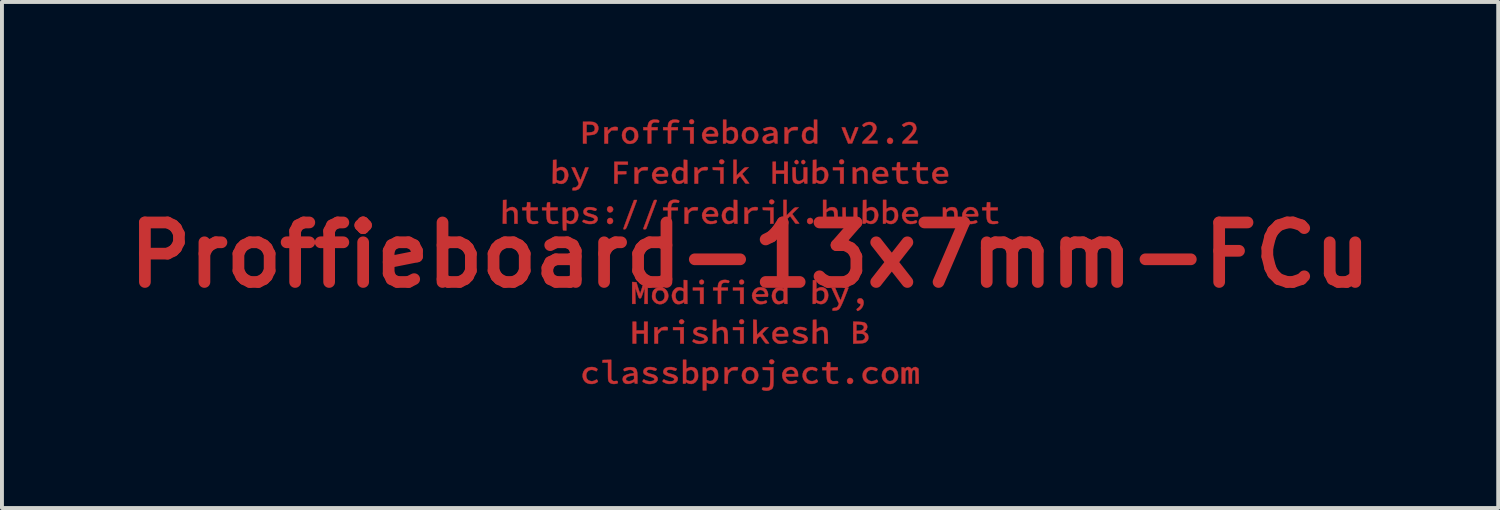
<source format=kicad_pcb>
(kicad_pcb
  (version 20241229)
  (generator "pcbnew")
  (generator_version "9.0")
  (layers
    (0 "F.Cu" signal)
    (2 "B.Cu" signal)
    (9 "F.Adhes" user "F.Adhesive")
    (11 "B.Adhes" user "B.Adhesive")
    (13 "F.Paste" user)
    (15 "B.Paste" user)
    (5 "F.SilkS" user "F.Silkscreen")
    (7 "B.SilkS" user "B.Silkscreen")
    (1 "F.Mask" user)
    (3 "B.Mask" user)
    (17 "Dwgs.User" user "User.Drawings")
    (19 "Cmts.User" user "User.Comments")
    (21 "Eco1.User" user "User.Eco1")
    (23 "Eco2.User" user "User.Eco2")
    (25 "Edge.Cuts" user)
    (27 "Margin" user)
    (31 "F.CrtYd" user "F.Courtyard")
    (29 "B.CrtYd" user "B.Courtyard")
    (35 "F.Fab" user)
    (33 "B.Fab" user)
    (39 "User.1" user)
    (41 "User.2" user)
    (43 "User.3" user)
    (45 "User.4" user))
  (footprint "Proffieboard-13x7mm-FCu"
    (layer "F.Cu")
    (at 16.154 3.48)
    (property "Reference" "Proffieboard-13x7mm-FCu" (at 0 0 0) (layer "F.Cu") (effects (font (size 1.524 1.524) (thickness 0.3))))
    (attr through_hole)
    (fp_poly (pts (xy -1.697 2.266) (xy -1.788 2.266) (xy -1.788 1.92) (xy -1.971 1.92) (xy -1.971 1.849) (xy -1.697 1.849) (xy -1.697 2.266)) (stroke (width 0.01) (type solid)) (fill yes) (layer "F.Cu"))
    (fp_poly (pts (xy -1.443 -2.855) (xy -1.534 -2.855) (xy -1.534 -3.2) (xy -1.717 -3.2) (xy -1.717 -3.272) (xy -1.443 -3.272) (xy -1.443 -2.855)) (stroke (width 0.01) (type solid)) (fill yes) (layer "F.Cu"))
    (fp_poly (pts (xy -1.189 1.25) (xy -1.28 1.25) (xy -1.28 0.904) (xy -1.463 0.904) (xy -1.463 0.833) (xy -1.189 0.833) (xy -1.189 1.25)) (stroke (width 0.01) (type solid)) (fill yes) (layer "F.Cu"))
    (fp_poly (pts (xy -0.681 -1.829) (xy -0.762 -1.829) (xy -0.762 -2.173) (xy -0.95 -2.179) (xy -0.956 -2.245) (xy -0.681 -2.245) (xy -0.681 -1.829)) (stroke (width 0.01) (type solid)) (fill yes) (layer "F.Cu"))
    (fp_poly (pts (xy -0.163 1.25) (xy -0.254 1.25) (xy -0.254 0.904) (xy -0.437 0.904) (xy -0.437 0.833) (xy -0.163 0.833) (xy -0.163 1.25)) (stroke (width 0.01) (type solid)) (fill yes) (layer "F.Cu"))
    (fp_poly (pts (xy -0.163 2.266) (xy -0.254 2.266) (xy -0.254 1.92) (xy -0.437 1.92) (xy -0.437 1.849) (xy -0.163 1.849) (xy -0.163 2.266)) (stroke (width 0.01) (type solid)) (fill yes) (layer "F.Cu"))
    (fp_poly (pts (xy 0.599 -0.803) (xy 0.518 -0.803) (xy 0.518 -1.147) (xy 0.33 -1.153) (xy 0.324 -1.219) (xy 0.599 -1.219) (xy 0.599 -0.803)) (stroke (width 0.01) (type solid)) (fill yes) (layer "F.Cu"))
    (fp_poly (pts (xy 2.398 -1.829) (xy 2.306 -1.829) (xy 2.306 -2.174) (xy 2.123 -2.174) (xy 2.123 -2.245) (xy 2.398 -2.245) (xy 2.398 -1.829)) (stroke (width 0.01) (type solid)) (fill yes) (layer "F.Cu"))
    (fp_poly (pts (xy -3.129 -2.316) (xy -3.393 -2.316) (xy -3.393 -2.144) (xy -3.17 -2.144) (xy -3.17 -2.073) (xy -3.388 -2.068) (xy -3.391 -1.948) (xy -3.394 -1.829) (xy -3.475 -1.829) (xy -3.475 -2.388) (xy -3.129 -2.388) (xy -3.129 -2.316)) (stroke (width 0.01) (type solid)) (fill yes) (layer "F.Cu"))
    (fp_poly (pts (xy -2.916 1.93) (xy -2.713 1.93) (xy -2.713 1.707) (xy -2.621 1.707) (xy -2.621 2.266) (xy -2.713 2.266) (xy -2.713 2.012) (xy -2.916 2.012) (xy -2.916 2.266) (xy -3.007 2.266) (xy -3.007 1.707) (xy -2.916 1.707) (xy -2.916 1.93)) (stroke (width 0.01) (type solid)) (fill yes) (layer "F.Cu"))
    (fp_poly (pts (xy 0.66 -2.164) (xy 0.874 -2.164) (xy 0.874 -2.388) (xy 0.965 -2.388) (xy 0.965 -1.829) (xy 0.874 -1.829) (xy 0.874 -2.083) (xy 0.66 -2.083) (xy 0.66 -1.829) (xy 0.579 -1.829) (xy 0.579 -2.388) (xy 0.66 -2.388) (xy 0.66 -2.164)) (stroke (width 0.01) (type solid)) (fill yes) (layer "F.Cu"))
    (fp_poly (pts (xy -1.222 0.633) (xy -1.196 0.649) (xy -1.181 0.676) (xy -1.179 0.693) (xy -1.187 0.722) (xy -1.209 0.742) (xy -1.237 0.751) (xy -1.266 0.746) (xy -1.284 0.733) (xy -1.298 0.704) (xy -1.297 0.673) (xy -1.282 0.647) (xy -1.253 0.632) (xy -1.222 0.633)) (stroke (width 0.01) (type solid)) (fill yes) (layer "F.Cu"))
    (fp_poly (pts (xy -1.463 -3.466) (xy -1.442 -3.445) (xy -1.433 -3.417) (xy -1.438 -3.388) (xy -1.451 -3.37) (xy -1.478 -3.356) (xy -1.509 -3.354) (xy -1.53 -3.361) (xy -1.551 -3.384) (xy -1.559 -3.414) (xy -1.553 -3.437) (xy -1.535 -3.462) (xy -1.511 -3.473) (xy -1.493 -3.475) (xy -1.463 -3.466)) (stroke (width 0.01) (type solid)) (fill yes) (layer "F.Cu"))
    (fp_poly (pts (xy -0.183 0.638) (xy -0.162 0.66) (xy -0.153 0.688) (xy -0.158 0.717) (xy -0.171 0.735) (xy -0.197 0.748) (xy -0.228 0.751) (xy -0.25 0.744) (xy -0.271 0.72) (xy -0.278 0.69) (xy -0.273 0.668) (xy -0.255 0.642) (xy -0.23 0.631) (xy -0.212 0.63) (xy -0.183 0.638)) (stroke (width 0.01) (type solid)) (fill yes) (layer "F.Cu"))
    (fp_poly (pts (xy -0.183 1.654) (xy -0.162 1.676) (xy -0.153 1.704) (xy -0.158 1.733) (xy -0.171 1.751) (xy -0.197 1.764) (xy -0.228 1.767) (xy -0.25 1.76) (xy -0.271 1.736) (xy -0.278 1.706) (xy -0.273 1.684) (xy -0.255 1.658) (xy -0.23 1.647) (xy -0.212 1.646) (xy -0.183 1.654)) (stroke (width 0.01) (type solid)) (fill yes) (layer "F.Cu"))
    (fp_poly (pts (xy 1.199 -2.433) (xy 1.214 -2.424) (xy 1.233 -2.402) (xy 1.24 -2.373) (xy 1.233 -2.346) (xy 1.227 -2.339) (xy 1.204 -2.328) (xy 1.175 -2.33) (xy 1.154 -2.343) (xy 1.139 -2.37) (xy 1.142 -2.399) (xy 1.161 -2.423) (xy 1.163 -2.424) (xy 1.183 -2.435) (xy 1.199 -2.433)) (stroke (width 0.01) (type solid)) (fill yes) (layer "F.Cu"))
    (fp_poly (pts (xy 1.372 -2.433) (xy 1.387 -2.424) (xy 1.408 -2.401) (xy 1.413 -2.374) (xy 1.403 -2.348) (xy 1.381 -2.331) (xy 1.358 -2.327) (xy 1.339 -2.333) (xy 1.327 -2.343) (xy 1.312 -2.37) (xy 1.315 -2.399) (xy 1.334 -2.423) (xy 1.336 -2.424) (xy 1.356 -2.435) (xy 1.372 -2.433)) (stroke (width 0.01) (type solid)) (fill yes) (layer "F.Cu"))
    (fp_poly (pts (xy 2.378 -2.44) (xy 2.398 -2.419) (xy 2.407 -2.391) (xy 2.403 -2.361) (xy 2.389 -2.343) (xy 2.363 -2.33) (xy 2.332 -2.327) (xy 2.31 -2.334) (xy 2.289 -2.358) (xy 2.282 -2.388) (xy 2.287 -2.41) (xy 2.306 -2.436) (xy 2.33 -2.447) (xy 2.348 -2.448) (xy 2.378 -2.44)) (stroke (width 0.01) (type solid)) (fill yes) (layer "F.Cu"))
    (fp_poly (pts (xy -3.552 -1.241) (xy -3.524 -1.218) (xy -3.508 -1.188) (xy -3.505 -1.171) (xy -3.514 -1.136) (xy -3.536 -1.109) (xy -3.566 -1.093) (xy -3.599 -1.092) (xy -3.625 -1.103) (xy -3.651 -1.131) (xy -3.661 -1.165) (xy -3.657 -1.198) (xy -3.639 -1.226) (xy -3.61 -1.245) (xy -3.583 -1.249) (xy -3.552 -1.241)) (stroke (width 0.01) (type solid)) (fill yes) (layer "F.Cu"))
    (fp_poly (pts (xy -0.695 -2.439) (xy -0.672 -2.42) (xy -0.661 -2.393) (xy -0.66 -2.388) (xy -0.669 -2.361) (xy -0.691 -2.339) (xy -0.719 -2.327) (xy -0.726 -2.327) (xy -0.753 -2.334) (xy -0.772 -2.347) (xy -0.79 -2.375) (xy -0.788 -2.405) (xy -0.777 -2.426) (xy -0.754 -2.444) (xy -0.725 -2.447) (xy -0.695 -2.439)) (stroke (width 0.01) (type solid)) (fill yes) (layer "F.Cu"))
    (fp_poly (pts (xy 0.585 -1.412) (xy 0.608 -1.394) (xy 0.619 -1.367) (xy 0.62 -1.361) (xy 0.611 -1.335) (xy 0.589 -1.313) (xy 0.561 -1.301) (xy 0.554 -1.3) (xy 0.527 -1.308) (xy 0.508 -1.321) (xy 0.49 -1.349) (xy 0.492 -1.379) (xy 0.503 -1.4) (xy 0.526 -1.417) (xy 0.556 -1.421) (xy 0.585 -1.412)) (stroke (width 0.01) (type solid)) (fill yes) (layer "F.Cu"))
    (fp_poly (pts (xy 0.585 2.682) (xy 0.608 2.701) (xy 0.619 2.728) (xy 0.62 2.733) (xy 0.611 2.759) (xy 0.589 2.782) (xy 0.561 2.793) (xy 0.554 2.794) (xy 0.527 2.787) (xy 0.508 2.774) (xy 0.49 2.746) (xy 0.492 2.716) (xy 0.503 2.695) (xy 0.526 2.677) (xy 0.556 2.673) (xy 0.585 2.682)) (stroke (width 0.01) (type solid)) (fill yes) (layer "F.Cu"))
    (fp_poly (pts (xy 2.595 3.155) (xy 2.623 3.178) (xy 2.637 3.209) (xy 2.637 3.235) (xy 2.622 3.271) (xy 2.593 3.294) (xy 2.56 3.302) (xy 2.531 3.296) (xy 2.511 3.284) (xy 2.489 3.255) (xy 2.483 3.222) (xy 2.492 3.189) (xy 2.512 3.163) (xy 2.544 3.148) (xy 2.56 3.146) (xy 2.595 3.155)) (stroke (width 0.01) (type solid)) (fill yes) (layer "F.Cu"))
    (fp_poly (pts (xy 4.645 -0.94) (xy 4.672 -0.916) (xy 4.683 -0.879) (xy 4.684 -0.869) (xy 4.676 -0.835) (xy 4.654 -0.809) (xy 4.625 -0.795) (xy 4.593 -0.794) (xy 4.563 -0.808) (xy 4.552 -0.819) (xy 4.534 -0.855) (xy 4.533 -0.89) (xy 4.547 -0.921) (xy 4.573 -0.942) (xy 4.608 -0.949) (xy 4.645 -0.94)) (stroke (width 0.01) (type solid)) (fill yes) (layer "F.Cu"))
    (fp_poly (pts (xy -3.548 -0.942) (xy -3.524 -0.922) (xy -3.51 -0.893) (xy -3.508 -0.861) (xy -3.52 -0.829) (xy -3.53 -0.817) (xy -3.561 -0.798) (xy -3.597 -0.793) (xy -3.628 -0.804) (xy -3.63 -0.805) (xy -3.654 -0.834) (xy -3.661 -0.869) (xy -3.653 -0.904) (xy -3.63 -0.933) (xy -3.614 -0.943) (xy -3.579 -0.951) (xy -3.548 -0.942)) (stroke (width 0.01) (type solid)) (fill yes) (layer "F.Cu"))
    (fp_poly (pts (xy -1.724 1.654) (xy -1.7 1.674) (xy -1.687 1.7) (xy -1.687 1.707) (xy -1.695 1.733) (xy -1.717 1.755) (xy -1.745 1.767) (xy -1.753 1.768) (xy -1.779 1.761) (xy -1.798 1.748) (xy -1.814 1.725) (xy -1.819 1.707) (xy -1.81 1.681) (xy -1.788 1.658) (xy -1.76 1.646) (xy -1.753 1.646) (xy -1.724 1.654)) (stroke (width 0.01) (type solid)) (fill yes) (layer "F.Cu"))
    (fp_poly (pts (xy 1.572 -0.942) (xy 1.596 -0.922) (xy 1.611 -0.893) (xy 1.613 -0.861) (xy 1.6 -0.829) (xy 1.591 -0.817) (xy 1.559 -0.798) (xy 1.524 -0.793) (xy 1.493 -0.804) (xy 1.491 -0.805) (xy 1.467 -0.834) (xy 1.459 -0.869) (xy 1.467 -0.904) (xy 1.49 -0.933) (xy 1.507 -0.943) (xy 1.542 -0.951) (xy 1.572 -0.942)) (stroke (width 0.01) (type solid)) (fill yes) (layer "F.Cu"))
    (fp_poly (pts (xy 3.596 -3.001) (xy 3.625 -2.989) (xy 3.647 -2.967) (xy 3.66 -2.938) (xy 3.658 -2.903) (xy 3.656 -2.897) (xy 3.636 -2.864) (xy 3.606 -2.847) (xy 3.572 -2.846) (xy 3.538 -2.863) (xy 3.53 -2.87) (xy 3.51 -2.9) (xy 3.507 -2.932) (xy 3.517 -2.96) (xy 3.538 -2.989) (xy 3.566 -3.001) (xy 3.596 -3.001)) (stroke (width 0.01) (type solid)) (fill yes) (layer "F.Cu"))
    (fp_poly (pts (xy -3.417 -3.279) (xy -3.394 -3.271) (xy -3.385 -3.255) (xy -3.387 -3.229) (xy -3.393 -3.195) (xy -3.547 -3.195) (xy -3.592 -3.148) (xy -3.637 -3.1) (xy -3.637 -2.855) (xy -3.729 -2.855) (xy -3.729 -3.272) (xy -3.647 -3.272) (xy -3.647 -3.179) (xy -3.61 -3.216) (xy -3.561 -3.255) (xy -3.509 -3.276) (xy -3.457 -3.282) (xy -3.417 -3.279)) (stroke (width 0.01) (type solid)) (fill yes) (layer "F.Cu"))
    (fp_poly (pts (xy -2.137 1.841) (xy -2.114 1.849) (xy -2.105 1.866) (xy -2.107 1.891) (xy -2.113 1.925) (xy -2.267 1.925) (xy -2.312 1.973) (xy -2.357 2.021) (xy -2.357 2.266) (xy -2.449 2.266) (xy -2.449 1.849) (xy -2.367 1.849) (xy -2.367 1.941) (xy -2.33 1.904) (xy -2.281 1.865) (xy -2.229 1.844) (xy -2.177 1.839) (xy -2.137 1.841)) (stroke (width 0.01) (type solid)) (fill yes) (layer "F.Cu"))
    (fp_poly (pts (xy -2.394 -3.466) (xy -2.353 -3.458) (xy -2.331 -3.444) (xy -2.327 -3.431) (xy -2.331 -3.403) (xy -2.344 -3.391) (xy -2.37 -3.392) (xy -2.384 -3.395) (xy -2.436 -3.401) (xy -2.479 -3.391) (xy -2.51 -3.367) (xy -2.527 -3.329) (xy -2.53 -3.302) (xy -2.53 -3.272) (xy -2.367 -3.272) (xy -2.367 -3.2) (xy -2.53 -3.2) (xy -2.53 -2.855) (xy -2.621 -2.855) (xy -2.621 -3.2) (xy -2.733 -3.2) (xy -2.733 -3.272) (xy -2.624 -3.272) (xy -2.617 -3.32) (xy -2.602 -3.379) (xy -2.572 -3.424) (xy -2.53 -3.453) (xy -2.474 -3.467) (xy -2.454 -3.468) (xy -2.394 -3.466)) (stroke (width 0.01) (type solid)) (fill yes) (layer "F.Cu"))
    (fp_poly (pts (xy -1.112 -2.253) (xy -1.088 -2.246) (xy -1.079 -2.231) (xy -1.082 -2.206) (xy -1.083 -2.204) (xy -1.089 -2.185) (xy -1.099 -2.175) (xy -1.116 -2.172) (xy -1.148 -2.173) (xy -1.149 -2.173) (xy -1.199 -2.172) (xy -1.238 -2.161) (xy -1.273 -2.138) (xy -1.294 -2.117) (xy -1.331 -2.08) (xy -1.331 -1.829) (xy -1.422 -1.829) (xy -1.422 -2.247) (xy -1.384 -2.243) (xy -1.36 -2.24) (xy -1.349 -2.232) (xy -1.344 -2.212) (xy -1.343 -2.197) (xy -1.34 -2.154) (xy -1.315 -2.184) (xy -1.273 -2.219) (xy -1.219 -2.244) (xy -1.162 -2.255) (xy -1.152 -2.255) (xy -1.112 -2.253)) (stroke (width 0.01) (type solid)) (fill yes) (layer "F.Cu"))
    (fp_poly (pts (xy 0.168 -1.227) (xy 0.192 -1.219) (xy 0.201 -1.205) (xy 0.198 -1.18) (xy 0.197 -1.177) (xy 0.191 -1.158) (xy 0.182 -1.149) (xy 0.164 -1.146) (xy 0.132 -1.147) (xy 0.132 -1.147) (xy 0.081 -1.146) (xy 0.042 -1.135) (xy 0.007 -1.112) (xy -0.014 -1.091) (xy -0.051 -1.054) (xy -0.051 -0.803) (xy -0.142 -0.803) (xy -0.142 -1.22) (xy -0.104 -1.217) (xy -0.08 -1.214) (xy -0.069 -1.206) (xy -0.064 -1.186) (xy -0.063 -1.171) (xy -0.06 -1.128) (xy -0.035 -1.157) (xy 0.007 -1.193) (xy 0.061 -1.218) (xy 0.119 -1.229) (xy 0.128 -1.229) (xy 0.168 -1.227)) (stroke (width 0.01) (type solid)) (fill yes) (layer "F.Cu"))
    (fp_poly (pts (xy -0.345 -2.037) (xy -0.241 -2.141) (xy -0.2 -2.182) (xy -0.171 -2.21) (xy -0.149 -2.229) (xy -0.132 -2.239) (xy -0.116 -2.244) (xy -0.099 -2.245) (xy -0.086 -2.245) (xy -0.036 -2.245) (xy -0.119 -2.162) (xy -0.202 -2.078) (xy -0.021 -1.834) (xy -0.068 -1.831) (xy -0.104 -1.832) (xy -0.122 -1.84) (xy -0.123 -1.841) (xy -0.132 -1.854) (xy -0.15 -1.88) (xy -0.174 -1.914) (xy -0.193 -1.939) (xy -0.256 -2.024) (xy -0.301 -1.98) (xy -0.326 -1.954) (xy -0.339 -1.934) (xy -0.344 -1.912) (xy -0.345 -1.883) (xy -0.345 -1.829) (xy -0.427 -1.829) (xy -0.427 -2.438) (xy -0.345 -2.438) (xy -0.345 -2.037)) (stroke (width 0.01) (type solid)) (fill yes) (layer "F.Cu"))
    (fp_poly (pts (xy 0.935 -1.011) (xy 1.039 -1.115) (xy 1.08 -1.156) (xy 1.109 -1.184) (xy 1.131 -1.202) (xy 1.148 -1.213) (xy 1.164 -1.218) (xy 1.181 -1.219) (xy 1.194 -1.219) (xy 1.244 -1.219) (xy 1.161 -1.135) (xy 1.078 -1.052) (xy 1.259 -0.808) (xy 1.212 -0.805) (xy 1.176 -0.805) (xy 1.158 -0.814) (xy 1.157 -0.815) (xy 1.148 -0.828) (xy 1.13 -0.854) (xy 1.106 -0.888) (xy 1.087 -0.913) (xy 1.024 -0.998) (xy 0.98 -0.954) (xy 0.955 -0.928) (xy 0.941 -0.908) (xy 0.936 -0.885) (xy 0.935 -0.856) (xy 0.935 -0.803) (xy 0.853 -0.803) (xy 0.853 -1.412) (xy 0.935 -1.412) (xy 0.935 -1.011)) (stroke (width 0.01) (type solid)) (fill yes) (layer "F.Cu"))
    (fp_poly (pts (xy 1.951 -1.157) (xy 1.991 -1.19) (xy 2.041 -1.218) (xy 2.097 -1.228) (xy 2.153 -1.221) (xy 2.167 -1.216) (xy 2.193 -1.201) (xy 2.213 -1.182) (xy 2.228 -1.154) (xy 2.237 -1.115) (xy 2.242 -1.063) (xy 2.245 -0.995) (xy 2.245 -0.958) (xy 2.245 -0.803) (xy 2.154 -0.803) (xy 2.154 -0.954) (xy 2.154 -1.014) (xy 2.152 -1.057) (xy 2.15 -1.087) (xy 2.146 -1.107) (xy 2.14 -1.121) (xy 2.136 -1.128) (xy 2.108 -1.147) (xy 2.07 -1.152) (xy 2.028 -1.143) (xy 1.993 -1.124) (xy 1.951 -1.095) (xy 1.951 -0.803) (xy 1.869 -0.803) (xy 1.869 -1.412) (xy 1.951 -1.412) (xy 1.951 -1.157)) (stroke (width 0.01) (type solid)) (fill yes) (layer "F.Cu"))
    (fp_poly (pts (xy -3.556 3.181) (xy -3.53 3.207) (xy -3.513 3.222) (xy -3.495 3.229) (xy -3.47 3.229) (xy -3.45 3.226) (xy -3.419 3.223) (xy -3.402 3.225) (xy -3.393 3.232) (xy -3.39 3.243) (xy -3.385 3.267) (xy -3.389 3.279) (xy -3.408 3.288) (xy -3.415 3.291) (xy -3.465 3.3) (xy -3.518 3.299) (xy -3.563 3.287) (xy -3.591 3.268) (xy -3.615 3.242) (xy -3.617 3.239) (xy -3.623 3.227) (xy -3.628 3.213) (xy -3.632 3.194) (xy -3.635 3.168) (xy -3.636 3.132) (xy -3.637 3.082) (xy -3.637 3.016) (xy -3.637 2.979) (xy -3.637 2.753) (xy -3.781 2.753) (xy -3.774 2.687) (xy -3.556 2.682) (xy -3.556 3.181)) (stroke (width 0.01) (type solid)) (fill yes) (layer "F.Cu"))
    (fp_poly (pts (xy 2.857 1.116) (xy 2.884 1.138) (xy 2.9 1.17) (xy 2.907 1.211) (xy 2.903 1.255) (xy 2.89 1.301) (xy 2.867 1.344) (xy 2.835 1.382) (xy 2.799 1.409) (xy 2.77 1.425) (xy 2.754 1.431) (xy 2.745 1.426) (xy 2.737 1.411) (xy 2.735 1.408) (xy 2.73 1.392) (xy 2.735 1.38) (xy 2.753 1.365) (xy 2.765 1.357) (xy 2.794 1.332) (xy 2.816 1.303) (xy 2.82 1.295) (xy 2.831 1.269) (xy 2.832 1.255) (xy 2.822 1.249) (xy 2.804 1.245) (xy 2.771 1.229) (xy 2.751 1.205) (xy 2.745 1.176) (xy 2.752 1.147) (xy 2.771 1.123) (xy 2.802 1.109) (xy 2.82 1.107) (xy 2.857 1.116)) (stroke (width 0.01) (type solid)) (fill yes) (layer "F.Cu"))
    (fp_poly (pts (xy -2.66 -2.252) (xy -2.631 -2.249) (xy -2.615 -2.243) (xy -2.614 -2.23) (xy -2.618 -2.207) (xy -2.619 -2.204) (xy -2.627 -2.171) (xy -2.69 -2.173) (xy -2.751 -2.169) (xy -2.799 -2.149) (xy -2.838 -2.112) (xy -2.845 -2.103) (xy -2.853 -2.088) (xy -2.859 -2.071) (xy -2.863 -2.046) (xy -2.865 -2.009) (xy -2.865 -1.957) (xy -2.865 -1.952) (xy -2.865 -1.829) (xy -2.957 -1.829) (xy -2.957 -2.245) (xy -2.922 -2.245) (xy -2.899 -2.244) (xy -2.888 -2.235) (xy -2.882 -2.213) (xy -2.88 -2.204) (xy -2.873 -2.163) (xy -2.835 -2.198) (xy -2.804 -2.222) (xy -2.77 -2.241) (xy -2.759 -2.245) (xy -2.731 -2.251) (xy -2.696 -2.253) (xy -2.66 -2.252)) (stroke (width 0.01) (type solid)) (fill yes) (layer "F.Cu"))
    (fp_poly (pts (xy -1.879 -3.465) (xy -1.841 -3.456) (xy -1.82 -3.447) (xy -1.813 -3.434) (xy -1.816 -3.415) (xy -1.818 -3.411) (xy -1.825 -3.395) (xy -1.837 -3.39) (xy -1.858 -3.392) (xy -1.87 -3.395) (xy -1.918 -3.4) (xy -1.961 -3.393) (xy -1.993 -3.377) (xy -1.997 -3.373) (xy -2.009 -3.351) (xy -2.018 -3.32) (xy -2.019 -3.313) (xy -2.025 -3.272) (xy -1.849 -3.272) (xy -1.849 -3.2) (xy -2.022 -3.2) (xy -2.022 -2.855) (xy -2.103 -2.855) (xy -2.103 -3.2) (xy -2.225 -3.2) (xy -2.225 -3.272) (xy -2.103 -3.272) (xy -2.103 -3.313) (xy -2.094 -3.369) (xy -2.07 -3.413) (xy -2.031 -3.446) (xy -1.98 -3.465) (xy -1.919 -3.469) (xy -1.879 -3.465)) (stroke (width 0.01) (type solid)) (fill yes) (layer "F.Cu"))
    (fp_poly (pts (xy -1.879 -1.412) (xy -1.841 -1.404) (xy -1.82 -1.394) (xy -1.813 -1.382) (xy -1.816 -1.363) (xy -1.818 -1.359) (xy -1.825 -1.343) (xy -1.837 -1.337) (xy -1.858 -1.34) (xy -1.87 -1.342) (xy -1.918 -1.347) (xy -1.961 -1.341) (xy -1.993 -1.324) (xy -1.997 -1.321) (xy -2.009 -1.299) (xy -2.018 -1.268) (xy -2.019 -1.261) (xy -2.025 -1.219) (xy -1.849 -1.219) (xy -1.849 -1.148) (xy -2.022 -1.148) (xy -2.022 -0.803) (xy -2.103 -0.803) (xy -2.103 -1.148) (xy -2.225 -1.148) (xy -2.225 -1.219) (xy -2.103 -1.219) (xy -2.103 -1.261) (xy -2.094 -1.316) (xy -2.07 -1.361) (xy -2.031 -1.394) (xy -1.98 -1.413) (xy -1.919 -1.417) (xy -1.879 -1.412)) (stroke (width 0.01) (type solid)) (fill yes) (layer "F.Cu"))
    (fp_poly (pts (xy -1.38 -1.226) (xy -1.351 -1.223) (xy -1.335 -1.217) (xy -1.334 -1.204) (xy -1.338 -1.181) (xy -1.338 -1.178) (xy -1.347 -1.144) (xy -1.41 -1.147) (xy -1.47 -1.142) (xy -1.519 -1.122) (xy -1.558 -1.086) (xy -1.564 -1.077) (xy -1.573 -1.062) (xy -1.579 -1.044) (xy -1.583 -1.019) (xy -1.584 -0.983) (xy -1.585 -0.93) (xy -1.585 -0.926) (xy -1.585 -0.803) (xy -1.676 -0.803) (xy -1.676 -1.219) (xy -1.642 -1.219) (xy -1.619 -1.218) (xy -1.608 -1.209) (xy -1.602 -1.187) (xy -1.6 -1.178) (xy -1.593 -1.137) (xy -1.555 -1.172) (xy -1.524 -1.196) (xy -1.49 -1.214) (xy -1.478 -1.219) (xy -1.451 -1.225) (xy -1.416 -1.227) (xy -1.38 -1.226)) (stroke (width 0.01) (type solid)) (fill yes) (layer "F.Cu"))
    (fp_poly (pts (xy -0.599 0.64) (xy -0.561 0.649) (xy -0.54 0.658) (xy -0.532 0.671) (xy -0.536 0.689) (xy -0.537 0.693) (xy -0.545 0.709) (xy -0.557 0.715) (xy -0.578 0.713) (xy -0.59 0.71) (xy -0.638 0.705) (xy -0.681 0.711) (xy -0.713 0.728) (xy -0.716 0.732) (xy -0.729 0.754) (xy -0.738 0.785) (xy -0.739 0.792) (xy -0.744 0.833) (xy -0.569 0.833) (xy -0.569 0.904) (xy -0.742 0.904) (xy -0.742 1.25) (xy -0.823 1.25) (xy -0.823 0.904) (xy -0.945 0.904) (xy -0.945 0.833) (xy -0.823 0.833) (xy -0.823 0.791) (xy -0.814 0.736) (xy -0.79 0.691) (xy -0.751 0.659) (xy -0.7 0.64) (xy -0.639 0.635) (xy -0.599 0.64)) (stroke (width 0.01) (type solid)) (fill yes) (layer "F.Cu"))
    (fp_poly (pts (xy -0.342 2.87) (xy -0.318 2.874) (xy -0.31 2.876) (xy -0.309 2.889) (xy -0.314 2.912) (xy -0.315 2.916) (xy -0.325 2.951) (xy -0.388 2.948) (xy -0.428 2.948) (xy -0.455 2.952) (xy -0.479 2.963) (xy -0.487 2.969) (xy -0.52 2.994) (xy -0.543 3.02) (xy -0.558 3.052) (xy -0.566 3.093) (xy -0.569 3.149) (xy -0.569 3.177) (xy -0.569 3.292) (xy -0.65 3.292) (xy -0.65 2.875) (xy -0.615 2.875) (xy -0.591 2.877) (xy -0.581 2.886) (xy -0.579 2.908) (xy -0.579 2.91) (xy -0.576 2.94) (xy -0.567 2.95) (xy -0.55 2.942) (xy -0.537 2.93) (xy -0.488 2.891) (xy -0.431 2.87) (xy -0.374 2.867) (xy -0.342 2.87)) (stroke (width 0.01) (type solid)) (fill yes) (layer "F.Cu"))
    (fp_poly (pts (xy 1.18 -3.279) (xy 1.209 -3.275) (xy 1.225 -3.269) (xy 1.226 -3.257) (xy 1.223 -3.233) (xy 1.222 -3.23) (xy 1.213 -3.197) (xy 1.15 -3.199) (xy 1.09 -3.195) (xy 1.042 -3.175) (xy 1.002 -3.138) (xy 0.996 -3.13) (xy 0.987 -3.115) (xy 0.981 -3.097) (xy 0.978 -3.072) (xy 0.976 -3.035) (xy 0.975 -2.983) (xy 0.975 -2.978) (xy 0.975 -2.855) (xy 0.884 -2.855) (xy 0.884 -3.272) (xy 0.919 -3.272) (xy 0.941 -3.27) (xy 0.952 -3.261) (xy 0.959 -3.239) (xy 0.96 -3.231) (xy 0.967 -3.19) (xy 1.005 -3.224) (xy 1.037 -3.248) (xy 1.07 -3.267) (xy 1.082 -3.271) (xy 1.109 -3.277) (xy 1.144 -3.279) (xy 1.18 -3.279)) (stroke (width 0.01) (type solid)) (fill yes) (layer "F.Cu"))
    (fp_poly (pts (xy 2.759 -3.272) (xy 2.766 -3.269) (xy 2.768 -3.261) (xy 2.765 -3.246) (xy 2.757 -3.222) (xy 2.744 -3.186) (xy 2.724 -3.136) (xy 2.697 -3.069) (xy 2.688 -3.048) (xy 2.613 -2.86) (xy 2.563 -2.857) (xy 2.513 -2.854) (xy 2.43 -3.057) (xy 2.405 -3.117) (xy 2.384 -3.171) (xy 2.366 -3.215) (xy 2.354 -3.247) (xy 2.348 -3.265) (xy 2.347 -3.267) (xy 2.356 -3.27) (xy 2.379 -3.27) (xy 2.39 -3.27) (xy 2.433 -3.266) (xy 2.499 -3.095) (xy 2.564 -2.924) (xy 2.583 -2.978) (xy 2.594 -3.01) (xy 2.61 -3.054) (xy 2.63 -3.105) (xy 2.648 -3.152) (xy 2.694 -3.272) (xy 2.735 -3.272) (xy 2.749 -3.272) (xy 2.759 -3.272)) (stroke (width 0.01) (type solid)) (fill yes) (layer "F.Cu"))
    (fp_poly (pts (xy -2.897 -1.407) (xy -2.896 -1.405) (xy -2.9 -1.394) (xy -2.91 -1.366) (xy -2.926 -1.324) (xy -2.946 -1.268) (xy -2.971 -1.202) (xy -2.999 -1.128) (xy -3.03 -1.047) (xy -3.036 -1.031) (xy -3.071 -0.938) (xy -3.1 -0.863) (xy -3.124 -0.802) (xy -3.142 -0.756) (xy -3.157 -0.721) (xy -3.168 -0.696) (xy -3.178 -0.68) (xy -3.186 -0.67) (xy -3.193 -0.665) (xy -3.2 -0.663) (xy -3.206 -0.662) (xy -3.23 -0.662) (xy -3.243 -0.665) (xy -3.241 -0.676) (xy -3.232 -0.703) (xy -3.218 -0.746) (xy -3.198 -0.801) (xy -3.174 -0.866) (xy -3.147 -0.94) (xy -3.117 -1.021) (xy -3.11 -1.039) (xy -2.971 -1.407) (xy -2.933 -1.41) (xy -2.909 -1.41) (xy -2.897 -1.407)) (stroke (width 0.01) (type solid)) (fill yes) (layer "F.Cu"))
    (fp_poly (pts (xy -0.861 1.778) (xy -0.859 1.9) (xy -0.821 1.873) (xy -0.773 1.85) (xy -0.719 1.84) (xy -0.667 1.846) (xy -0.647 1.854) (xy -0.623 1.868) (xy -0.604 1.887) (xy -0.591 1.912) (xy -0.581 1.948) (xy -0.575 1.996) (xy -0.572 2.06) (xy -0.571 2.106) (xy -0.567 2.266) (xy -0.66 2.266) (xy -0.66 2.123) (xy -0.661 2.054) (xy -0.664 2.002) (xy -0.671 1.966) (xy -0.681 1.941) (xy -0.696 1.926) (xy -0.716 1.918) (xy -0.721 1.917) (xy -0.763 1.917) (xy -0.809 1.935) (xy -0.834 1.952) (xy -0.864 1.972) (xy -0.864 2.266) (xy -0.955 2.266) (xy -0.953 1.963) (xy -0.95 1.661) (xy -0.907 1.658) (xy -0.864 1.655) (xy -0.861 1.778)) (stroke (width 0.01) (type solid)) (fill yes) (layer "F.Cu"))
    (fp_poly (pts (xy 1.699 1.778) (xy 1.702 1.9) (xy 1.74 1.873) (xy 1.788 1.85) (xy 1.841 1.84) (xy 1.893 1.846) (xy 1.913 1.854) (xy 1.937 1.868) (xy 1.956 1.887) (xy 1.97 1.912) (xy 1.979 1.948) (xy 1.985 1.996) (xy 1.988 2.06) (xy 1.99 2.106) (xy 1.993 2.266) (xy 1.9 2.266) (xy 1.9 2.123) (xy 1.899 2.054) (xy 1.896 2.002) (xy 1.89 1.966) (xy 1.879 1.941) (xy 1.865 1.926) (xy 1.844 1.918) (xy 1.839 1.917) (xy 1.797 1.917) (xy 1.752 1.935) (xy 1.726 1.952) (xy 1.697 1.972) (xy 1.697 2.266) (xy 1.605 2.266) (xy 1.608 1.963) (xy 1.61 1.661) (xy 1.653 1.658) (xy 1.696 1.655) (xy 1.699 1.778)) (stroke (width 0.01) (type solid)) (fill yes) (layer "F.Cu"))
    (fp_poly (pts (xy -6.24 -1.288) (xy -6.243 -1.163) (xy -6.194 -1.196) (xy -6.141 -1.223) (xy -6.088 -1.231) (xy -6.04 -1.221) (xy -5.998 -1.194) (xy -5.977 -1.169) (xy -5.968 -1.155) (xy -5.962 -1.141) (xy -5.958 -1.122) (xy -5.955 -1.095) (xy -5.954 -1.057) (xy -5.954 -1.004) (xy -5.954 -0.969) (xy -5.954 -0.803) (xy -6.035 -0.803) (xy -6.035 -0.938) (xy -6.036 -1.007) (xy -6.039 -1.059) (xy -6.045 -1.096) (xy -6.054 -1.121) (xy -6.068 -1.137) (xy -6.087 -1.147) (xy -6.088 -1.147) (xy -6.13 -1.153) (xy -6.174 -1.141) (xy -6.205 -1.121) (xy -6.238 -1.096) (xy -6.238 -0.803) (xy -6.33 -0.803) (xy -6.327 -1.105) (xy -6.325 -1.407) (xy -6.281 -1.41) (xy -6.237 -1.413) (xy -6.24 -1.288)) (stroke (width 0.01) (type solid)) (fill yes) (layer "F.Cu"))
    (fp_poly (pts (xy 0.599 3.117) (xy 0.599 3.202) (xy 0.598 3.27) (xy 0.595 3.322) (xy 0.59 3.361) (xy 0.583 3.39) (xy 0.572 3.412) (xy 0.557 3.428) (xy 0.537 3.441) (xy 0.518 3.452) (xy 0.47 3.469) (xy 0.416 3.473) (xy 0.351 3.464) (xy 0.348 3.463) (xy 0.317 3.451) (xy 0.304 3.434) (xy 0.311 3.41) (xy 0.318 3.401) (xy 0.328 3.391) (xy 0.344 3.389) (xy 0.372 3.395) (xy 0.374 3.395) (xy 0.423 3.401) (xy 0.464 3.393) (xy 0.494 3.373) (xy 0.507 3.351) (xy 0.511 3.329) (xy 0.514 3.291) (xy 0.517 3.239) (xy 0.518 3.176) (xy 0.518 3.133) (xy 0.518 2.947) (xy 0.33 2.941) (xy 0.324 2.875) (xy 0.599 2.875) (xy 0.599 3.117)) (stroke (width 0.01) (type solid)) (fill yes) (layer "F.Cu"))
    (fp_poly (pts (xy 2.92 -2.248) (xy 2.962 -2.221) (xy 2.984 -2.195) (xy 2.993 -2.181) (xy 2.999 -2.167) (xy 3.003 -2.148) (xy 3.006 -2.121) (xy 3.007 -2.083) (xy 3.007 -2.03) (xy 3.007 -1.995) (xy 3.007 -1.829) (xy 2.926 -1.829) (xy 2.926 -1.964) (xy 2.925 -2.034) (xy 2.922 -2.085) (xy 2.916 -2.122) (xy 2.907 -2.147) (xy 2.893 -2.163) (xy 2.874 -2.173) (xy 2.873 -2.173) (xy 2.831 -2.179) (xy 2.787 -2.167) (xy 2.756 -2.147) (xy 2.723 -2.122) (xy 2.723 -1.829) (xy 2.631 -1.829) (xy 2.631 -2.247) (xy 2.67 -2.243) (xy 2.695 -2.239) (xy 2.707 -2.229) (xy 2.711 -2.213) (xy 2.714 -2.187) (xy 2.765 -2.221) (xy 2.819 -2.248) (xy 2.872 -2.257) (xy 2.92 -2.248)) (stroke (width 0.01) (type solid)) (fill yes) (layer "F.Cu"))
    (fp_poly (pts (xy -2.399 -1.41) (xy -2.388 -1.404) (xy -2.388 -1.403) (xy -2.391 -1.392) (xy -2.401 -1.364) (xy -2.416 -1.321) (xy -2.437 -1.266) (xy -2.461 -1.201) (xy -2.488 -1.128) (xy -2.516 -1.055) (xy -2.546 -0.976) (xy -2.574 -0.901) (xy -2.599 -0.834) (xy -2.621 -0.777) (xy -2.638 -0.732) (xy -2.649 -0.701) (xy -2.654 -0.688) (xy -2.665 -0.669) (xy -2.684 -0.661) (xy -2.698 -0.66) (xy -2.722 -0.663) (xy -2.733 -0.669) (xy -2.733 -0.671) (xy -2.73 -0.681) (xy -2.72 -0.709) (xy -2.705 -0.75) (xy -2.685 -0.803) (xy -2.662 -0.865) (xy -2.637 -0.934) (xy -2.61 -1.007) (xy -2.582 -1.082) (xy -2.554 -1.156) (xy -2.527 -1.227) (xy -2.503 -1.292) (xy -2.481 -1.349) (xy -2.463 -1.394) (xy -2.448 -1.409) (xy -2.422 -1.412) (xy -2.399 -1.41)) (stroke (width 0.01) (type solid)) (fill yes) (layer "F.Cu"))
    (fp_poly (pts (xy 4.122 -3.404) (xy 4.179 -3.385) (xy 4.221 -3.353) (xy 4.247 -3.308) (xy 4.257 -3.251) (xy 4.257 -3.246) (xy 4.252 -3.204) (xy 4.236 -3.161) (xy 4.208 -3.115) (xy 4.165 -3.062) (xy 4.116 -3.01) (xy 4.034 -2.926) (xy 4.288 -2.926) (xy 4.288 -2.855) (xy 3.901 -2.855) (xy 3.901 -2.88) (xy 3.909 -2.903) (xy 3.932 -2.932) (xy 3.955 -2.953) (xy 4.027 -3.021) (xy 4.083 -3.078) (xy 4.125 -3.128) (xy 4.154 -3.172) (xy 4.17 -3.21) (xy 4.176 -3.246) (xy 4.176 -3.246) (xy 4.167 -3.286) (xy 4.145 -3.314) (xy 4.111 -3.332) (xy 4.07 -3.337) (xy 4.025 -3.328) (xy 3.978 -3.306) (xy 3.972 -3.301) (xy 3.94 -3.279) (xy 3.889 -3.33) (xy 3.935 -3.362) (xy 3.995 -3.392) (xy 4.06 -3.407) (xy 4.122 -3.404)) (stroke (width 0.01) (type solid)) (fill yes) (layer "F.Cu"))
    (fp_poly (pts (xy -4.158 -3.414) (xy -4.107 -3.413) (xy -4.059 -3.41) (xy -4.021 -3.407) (xy -4.001 -3.403) (xy -3.95 -3.379) (xy -3.912 -3.342) (xy -3.89 -3.295) (xy -3.884 -3.24) (xy -3.89 -3.202) (xy -3.909 -3.153) (xy -3.938 -3.117) (xy -3.979 -3.092) (xy -4.035 -3.077) (xy -4.097 -3.071) (xy -4.186 -3.066) (xy -4.186 -2.855) (xy -4.277 -2.855) (xy -4.277 -3.139) (xy -4.186 -3.139) (xy -4.125 -3.139) (xy -4.085 -3.142) (xy -4.047 -3.148) (xy -4.029 -3.154) (xy -4.003 -3.169) (xy -3.985 -3.187) (xy -3.984 -3.189) (xy -3.973 -3.228) (xy -3.977 -3.271) (xy -3.996 -3.308) (xy -3.997 -3.309) (xy -4.011 -3.323) (xy -4.027 -3.332) (xy -4.049 -3.337) (xy -4.084 -3.34) (xy -4.104 -3.341) (xy -4.186 -3.345) (xy -4.186 -3.139) (xy -4.277 -3.139) (xy -4.277 -3.414) (xy -4.158 -3.414)) (stroke (width 0.01) (type solid)) (fill yes) (layer "F.Cu"))
    (fp_poly (pts (xy 1.17 -2.094) (xy 1.172 -2.034) (xy 1.174 -1.991) (xy 1.177 -1.961) (xy 1.181 -1.941) (xy 1.188 -1.928) (xy 1.192 -1.922) (xy 1.225 -1.9) (xy 1.264 -1.894) (xy 1.307 -1.905) (xy 1.347 -1.931) (xy 1.349 -1.933) (xy 1.358 -1.942) (xy 1.364 -1.954) (xy 1.368 -1.97) (xy 1.37 -1.996) (xy 1.371 -2.034) (xy 1.372 -2.089) (xy 1.372 -2.1) (xy 1.372 -2.245) (xy 1.463 -2.245) (xy 1.463 -1.829) (xy 1.427 -1.829) (xy 1.402 -1.831) (xy 1.391 -1.841) (xy 1.386 -1.858) (xy 1.38 -1.887) (xy 1.329 -1.853) (xy 1.275 -1.826) (xy 1.222 -1.819) (xy 1.169 -1.832) (xy 1.158 -1.836) (xy 1.134 -1.851) (xy 1.116 -1.869) (xy 1.103 -1.894) (xy 1.094 -1.929) (xy 1.09 -1.975) (xy 1.087 -2.038) (xy 1.087 -2.085) (xy 1.087 -2.245) (xy 1.167 -2.245) (xy 1.17 -2.094)) (stroke (width 0.01) (type solid)) (fill yes) (layer "F.Cu"))
    (fp_poly (pts (xy 2.45 -1.068) (xy 2.452 -1.008) (xy 2.454 -0.964) (xy 2.457 -0.935) (xy 2.462 -0.915) (xy 2.468 -0.902) (xy 2.472 -0.896) (xy 2.505 -0.874) (xy 2.545 -0.868) (xy 2.587 -0.878) (xy 2.627 -0.905) (xy 2.629 -0.907) (xy 2.638 -0.916) (xy 2.644 -0.928) (xy 2.648 -0.944) (xy 2.65 -0.97) (xy 2.651 -1.008) (xy 2.652 -1.062) (xy 2.652 -1.074) (xy 2.652 -1.219) (xy 2.743 -1.219) (xy 2.743 -0.803) (xy 2.707 -0.803) (xy 2.683 -0.805) (xy 2.671 -0.815) (xy 2.666 -0.832) (xy 2.66 -0.861) (xy 2.609 -0.827) (xy 2.555 -0.8) (xy 2.502 -0.793) (xy 2.449 -0.805) (xy 2.438 -0.81) (xy 2.414 -0.825) (xy 2.396 -0.843) (xy 2.383 -0.868) (xy 2.375 -0.902) (xy 2.37 -0.949) (xy 2.368 -1.012) (xy 2.367 -1.059) (xy 2.367 -1.219) (xy 2.447 -1.219) (xy 2.45 -1.068)) (stroke (width 0.01) (type solid)) (fill yes) (layer "F.Cu"))
    (fp_poly (pts (xy 5.227 -1.221) (xy 5.258 -1.209) (xy 5.28 -1.189) (xy 5.296 -1.158) (xy 5.306 -1.114) (xy 5.312 -1.055) (xy 5.314 -0.978) (xy 5.314 -0.96) (xy 5.314 -0.803) (xy 5.234 -0.803) (xy 5.231 -0.954) (xy 5.229 -1.014) (xy 5.227 -1.058) (xy 5.224 -1.088) (xy 5.219 -1.108) (xy 5.213 -1.121) (xy 5.209 -1.126) (xy 5.178 -1.146) (xy 5.138 -1.152) (xy 5.097 -1.143) (xy 5.058 -1.12) (xy 5.053 -1.116) (xy 5.044 -1.106) (xy 5.037 -1.095) (xy 5.033 -1.079) (xy 5.031 -1.054) (xy 5.029 -1.017) (xy 5.029 -0.965) (xy 5.029 -0.948) (xy 5.029 -0.803) (xy 4.938 -0.803) (xy 4.938 -1.219) (xy 4.973 -1.219) (xy 4.997 -1.217) (xy 5.009 -1.206) (xy 5.014 -1.188) (xy 5.021 -1.157) (xy 5.043 -1.177) (xy 5.093 -1.211) (xy 5.148 -1.227) (xy 5.188 -1.227) (xy 5.227 -1.221)) (stroke (width 0.01) (type solid)) (fill yes) (layer "F.Cu"))
    (fp_poly (pts (xy 6.147 -1.219) (xy 6.34 -1.219) (xy 6.34 -1.148) (xy 6.147 -1.148) (xy 6.147 -1.031) (xy 6.147 -0.98) (xy 6.148 -0.945) (xy 6.151 -0.923) (xy 6.157 -0.907) (xy 6.166 -0.895) (xy 6.173 -0.887) (xy 6.188 -0.874) (xy 6.204 -0.866) (xy 6.227 -0.864) (xy 6.264 -0.865) (xy 6.271 -0.865) (xy 6.309 -0.867) (xy 6.331 -0.866) (xy 6.342 -0.86) (xy 6.348 -0.85) (xy 6.351 -0.842) (xy 6.353 -0.825) (xy 6.347 -0.815) (xy 6.327 -0.807) (xy 6.314 -0.804) (xy 6.254 -0.794) (xy 6.196 -0.795) (xy 6.147 -0.806) (xy 6.137 -0.81) (xy 6.105 -0.832) (xy 6.081 -0.863) (xy 6.066 -0.906) (xy 6.058 -0.964) (xy 6.055 -1.033) (xy 6.055 -1.148) (xy 5.944 -1.148) (xy 5.944 -1.218) (xy 6.06 -1.224) (xy 6.063 -1.288) (xy 6.066 -1.351) (xy 6.147 -1.351) (xy 6.147 -1.219)) (stroke (width 0.01) (type solid)) (fill yes) (layer "F.Cu"))
    (fp_poly (pts (xy 1.663 2.881) (xy 1.673 2.885) (xy 1.706 2.902) (xy 1.721 2.918) (xy 1.721 2.935) (xy 1.713 2.951) (xy 1.697 2.976) (xy 1.65 2.955) (xy 1.596 2.94) (xy 1.545 2.943) (xy 1.499 2.961) (xy 1.464 2.993) (xy 1.44 3.036) (xy 1.433 3.085) (xy 1.442 3.133) (xy 1.466 3.174) (xy 1.502 3.205) (xy 1.546 3.224) (xy 1.594 3.229) (xy 1.643 3.219) (xy 1.674 3.202) (xy 1.705 3.18) (xy 1.721 3.205) (xy 1.734 3.227) (xy 1.734 3.242) (xy 1.72 3.256) (xy 1.695 3.271) (xy 1.647 3.289) (xy 1.59 3.298) (xy 1.53 3.298) (xy 1.478 3.287) (xy 1.476 3.286) (xy 1.425 3.257) (xy 1.386 3.215) (xy 1.359 3.163) (xy 1.346 3.105) (xy 1.348 3.045) (xy 1.365 2.988) (xy 1.389 2.948) (xy 1.43 2.91) (xy 1.483 2.883) (xy 1.543 2.868) (xy 1.605 2.867) (xy 1.663 2.881)) (stroke (width 0.01) (type solid)) (fill yes) (layer "F.Cu"))
    (fp_poly (pts (xy -5.629 -1.219) (xy -5.436 -1.219) (xy -5.436 -1.148) (xy -5.629 -1.148) (xy -5.63 -1.059) (xy -5.631 -1.001) (xy -5.631 -0.96) (xy -5.628 -0.932) (xy -5.623 -0.912) (xy -5.614 -0.898) (xy -5.602 -0.886) (xy -5.601 -0.885) (xy -5.584 -0.872) (xy -5.567 -0.866) (xy -5.542 -0.864) (xy -5.505 -0.867) (xy -5.465 -0.869) (xy -5.441 -0.865) (xy -5.429 -0.855) (xy -5.426 -0.834) (xy -5.425 -0.828) (xy -5.435 -0.814) (xy -5.459 -0.804) (xy -5.494 -0.797) (xy -5.535 -0.794) (xy -5.577 -0.795) (xy -5.614 -0.802) (xy -5.638 -0.81) (xy -5.667 -0.827) (xy -5.688 -0.846) (xy -5.702 -0.871) (xy -5.711 -0.905) (xy -5.716 -0.953) (xy -5.718 -1.017) (xy -5.722 -1.148) (xy -5.832 -1.148) (xy -5.832 -1.219) (xy -5.777 -1.219) (xy -5.745 -1.221) (xy -5.725 -1.228) (xy -5.715 -1.245) (xy -5.711 -1.276) (xy -5.71 -1.308) (xy -5.71 -1.351) (xy -5.629 -1.351) (xy -5.629 -1.219)) (stroke (width 0.01) (type solid)) (fill yes) (layer "F.Cu"))
    (fp_poly (pts (xy 2.052 2.875) (xy 2.245 2.875) (xy 2.245 2.946) (xy 2.052 2.946) (xy 2.05 3.035) (xy 2.05 3.093) (xy 2.05 3.134) (xy 2.053 3.163) (xy 2.058 3.182) (xy 2.067 3.196) (xy 2.079 3.209) (xy 2.08 3.209) (xy 2.097 3.222) (xy 2.114 3.229) (xy 2.139 3.23) (xy 2.175 3.228) (xy 2.216 3.226) (xy 2.24 3.229) (xy 2.252 3.24) (xy 2.255 3.26) (xy 2.256 3.267) (xy 2.246 3.28) (xy 2.222 3.291) (xy 2.187 3.298) (xy 2.146 3.301) (xy 2.104 3.299) (xy 2.067 3.293) (xy 2.043 3.284) (xy 2.014 3.267) (xy 1.993 3.248) (xy 1.979 3.223) (xy 1.97 3.189) (xy 1.965 3.142) (xy 1.963 3.078) (xy 1.959 2.946) (xy 1.849 2.946) (xy 1.849 2.875) (xy 1.904 2.875) (xy 1.936 2.874) (xy 1.956 2.866) (xy 1.966 2.849) (xy 1.97 2.818) (xy 1.971 2.786) (xy 1.971 2.743) (xy 2.052 2.743) (xy 2.052 2.875)) (stroke (width 0.01) (type solid)) (fill yes) (layer "F.Cu"))
    (fp_poly (pts (xy 3.132 -3.397) (xy 3.14 -3.393) (xy 3.191 -3.359) (xy 3.223 -3.317) (xy 3.236 -3.268) (xy 3.23 -3.213) (xy 3.206 -3.153) (xy 3.163 -3.088) (xy 3.146 -3.067) (xy 3.113 -3.029) (xy 3.079 -2.994) (xy 3.051 -2.967) (xy 3.042 -2.958) (xy 3.003 -2.926) (xy 3.261 -2.926) (xy 3.261 -2.855) (xy 2.875 -2.855) (xy 2.875 -2.879) (xy 2.881 -2.894) (xy 2.898 -2.918) (xy 2.929 -2.951) (xy 2.975 -2.994) (xy 2.977 -2.996) (xy 3.037 -3.054) (xy 3.083 -3.103) (xy 3.115 -3.145) (xy 3.135 -3.182) (xy 3.146 -3.217) (xy 3.147 -3.227) (xy 3.144 -3.272) (xy 3.126 -3.306) (xy 3.097 -3.328) (xy 3.058 -3.338) (xy 3.013 -3.333) (xy 2.965 -3.314) (xy 2.946 -3.301) (xy 2.914 -3.279) (xy 2.893 -3.3) (xy 2.879 -3.316) (xy 2.878 -3.328) (xy 2.891 -3.343) (xy 2.929 -3.372) (xy 2.978 -3.394) (xy 3.033 -3.406) (xy 3.086 -3.407) (xy 3.132 -3.397)) (stroke (width 0.01) (type solid)) (fill yes) (layer "F.Cu"))
    (fp_poly (pts (xy -5.121 -1.219) (xy -4.928 -1.219) (xy -4.928 -1.148) (xy -5.121 -1.148) (xy -5.121 -1.031) (xy -5.12 -0.98) (xy -5.119 -0.945) (xy -5.116 -0.923) (xy -5.111 -0.907) (xy -5.102 -0.895) (xy -5.094 -0.887) (xy -5.079 -0.873) (xy -5.064 -0.866) (xy -5.042 -0.864) (xy -5.008 -0.866) (xy -4.997 -0.867) (xy -4.96 -0.869) (xy -4.938 -0.869) (xy -4.926 -0.864) (xy -4.92 -0.854) (xy -4.917 -0.846) (xy -4.911 -0.827) (xy -4.914 -0.816) (xy -4.93 -0.808) (xy -4.955 -0.802) (xy -5.011 -0.794) (xy -5.067 -0.795) (xy -5.114 -0.804) (xy -5.13 -0.81) (xy -5.159 -0.829) (xy -5.18 -0.852) (xy -5.195 -0.884) (xy -5.204 -0.928) (xy -5.209 -0.987) (xy -5.211 -1.024) (xy -5.214 -1.148) (xy -5.324 -1.148) (xy -5.324 -1.219) (xy -5.202 -1.219) (xy -5.202 -1.269) (xy -5.2 -1.31) (xy -5.195 -1.335) (xy -5.182 -1.347) (xy -5.161 -1.351) (xy -5.155 -1.351) (xy -5.121 -1.351) (xy -5.121 -1.219)) (stroke (width 0.01) (type solid)) (fill yes) (layer "F.Cu"))
    (fp_poly (pts (xy -3.989 2.874) (xy -3.952 2.888) (xy -3.921 2.906) (xy -3.907 2.92) (xy -3.908 2.936) (xy -3.92 2.954) (xy -3.937 2.977) (xy -3.978 2.956) (xy -4.021 2.942) (xy -4.069 2.94) (xy -4.114 2.949) (xy -4.137 2.961) (xy -4.17 2.994) (xy -4.19 3.037) (xy -4.197 3.083) (xy -4.191 3.129) (xy -4.173 3.17) (xy -4.143 3.203) (xy -4.107 3.22) (xy -4.06 3.23) (xy -4.02 3.227) (xy -3.978 3.211) (xy -3.97 3.207) (xy -3.924 3.184) (xy -3.907 3.212) (xy -3.897 3.231) (xy -3.9 3.244) (xy -3.917 3.258) (xy -3.919 3.259) (xy -3.977 3.288) (xy -4.042 3.301) (xy -4.108 3.298) (xy -4.146 3.288) (xy -4.177 3.275) (xy -4.202 3.261) (xy -4.204 3.26) (xy -4.245 3.219) (xy -4.273 3.168) (xy -4.286 3.111) (xy -4.284 3.051) (xy -4.268 2.993) (xy -4.237 2.942) (xy -4.22 2.924) (xy -4.172 2.891) (xy -4.113 2.872) (xy -4.05 2.866) (xy -3.989 2.874)) (stroke (width 0.01) (type solid)) (fill yes) (layer "F.Cu"))
    (fp_poly (pts (xy 3.84 -2.245) (xy 4.034 -2.245) (xy 4.034 -2.174) (xy 3.84 -2.174) (xy 3.84 -2.057) (xy 3.841 -2.006) (xy 3.842 -1.972) (xy 3.845 -1.949) (xy 3.85 -1.933) (xy 3.859 -1.921) (xy 3.867 -1.913) (xy 3.882 -1.9) (xy 3.898 -1.892) (xy 3.919 -1.89) (xy 3.953 -1.892) (xy 3.964 -1.893) (xy 4.001 -1.896) (xy 4.023 -1.895) (xy 4.035 -1.89) (xy 4.042 -1.88) (xy 4.044 -1.873) (xy 4.051 -1.853) (xy 4.047 -1.842) (xy 4.031 -1.834) (xy 4.006 -1.828) (xy 3.95 -1.82) (xy 3.894 -1.821) (xy 3.847 -1.83) (xy 3.831 -1.836) (xy 3.802 -1.855) (xy 3.781 -1.878) (xy 3.766 -1.91) (xy 3.757 -1.954) (xy 3.752 -2.013) (xy 3.751 -2.05) (xy 3.747 -2.174) (xy 3.637 -2.174) (xy 3.637 -2.245) (xy 3.759 -2.245) (xy 3.759 -2.295) (xy 3.761 -2.336) (xy 3.767 -2.361) (xy 3.779 -2.374) (xy 3.8 -2.377) (xy 3.806 -2.377) (xy 3.84 -2.377) (xy 3.84 -2.245)) (stroke (width 0.01) (type solid)) (fill yes) (layer "F.Cu"))
    (fp_poly (pts (xy 4.348 -2.245) (xy 4.552 -2.245) (xy 4.552 -2.174) (xy 4.348 -2.174) (xy 4.348 -2.072) (xy 4.35 -2.005) (xy 4.357 -1.956) (xy 4.37 -1.922) (xy 4.391 -1.901) (xy 4.423 -1.892) (xy 4.466 -1.891) (xy 4.491 -1.893) (xy 4.524 -1.896) (xy 4.542 -1.895) (xy 4.551 -1.888) (xy 4.556 -1.877) (xy 4.56 -1.854) (xy 4.556 -1.842) (xy 4.538 -1.834) (xy 4.524 -1.829) (xy 4.47 -1.821) (xy 4.412 -1.821) (xy 4.36 -1.831) (xy 4.346 -1.836) (xy 4.316 -1.852) (xy 4.295 -1.874) (xy 4.28 -1.906) (xy 4.272 -1.951) (xy 4.268 -2.011) (xy 4.267 -2.051) (xy 4.267 -2.173) (xy 4.209 -2.176) (xy 4.176 -2.179) (xy 4.159 -2.183) (xy 4.152 -2.192) (xy 4.15 -2.208) (xy 4.15 -2.21) (xy 4.151 -2.227) (xy 4.158 -2.236) (xy 4.174 -2.241) (xy 4.206 -2.243) (xy 4.208 -2.243) (xy 4.266 -2.246) (xy 4.273 -2.312) (xy 4.28 -2.377) (xy 4.348 -2.377) (xy 4.348 -2.245)) (stroke (width 0.01) (type solid)) (fill yes) (layer "F.Cu"))
    (fp_poly (pts (xy -2.964 0.693) (xy -2.911 0.696) (xy -2.864 0.848) (xy -2.847 0.899) (xy -2.833 0.94) (xy -2.821 0.97) (xy -2.813 0.985) (xy -2.811 0.986) (xy -2.806 0.971) (xy -2.797 0.94) (xy -2.784 0.899) (xy -2.768 0.849) (xy -2.763 0.831) (xy -2.756 0.808) (xy -2.692 0.808) (xy -2.687 0.813) (xy -2.682 0.808) (xy -2.687 0.803) (xy -2.692 0.808) (xy -2.756 0.808) (xy -2.719 0.691) (xy -2.621 0.691) (xy -2.621 1.25) (xy -2.706 1.25) (xy -2.694 0.828) (xy -2.733 0.94) (xy -2.754 1) (xy -2.769 1.044) (xy -2.781 1.074) (xy -2.79 1.092) (xy -2.798 1.102) (xy -2.805 1.107) (xy -2.814 1.107) (xy -2.818 1.107) (xy -2.828 1.107) (xy -2.836 1.105) (xy -2.844 1.097) (xy -2.852 1.083) (xy -2.862 1.057) (xy -2.875 1.019) (xy -2.893 0.965) (xy -2.9 0.945) (xy -2.942 0.818) (xy -2.938 1.034) (xy -2.934 1.25) (xy -3.018 1.25) (xy -3.018 0.69) (xy -2.964 0.693)) (stroke (width 0.01) (type solid)) (fill yes) (layer "F.Cu"))
    (fp_poly (pts (xy 0.051 -3.274) (xy 0.103 -3.252) (xy 0.149 -3.217) (xy 0.185 -3.169) (xy 0.203 -3.123) (xy 0.21 -3.064) (xy 0.201 -3.002) (xy 0.176 -2.944) (xy 0.141 -2.899) (xy 0.092 -2.867) (xy 0.035 -2.849) (xy -0.025 -2.847) (xy -0.081 -2.861) (xy -0.134 -2.894) (xy -0.174 -2.94) (xy -0.199 -2.994) (xy -0.209 -3.05) (xy -0.118 -3.05) (xy -0.109 -3.003) (xy -0.09 -2.962) (xy -0.06 -2.932) (xy -0.047 -2.925) (xy -0.007 -2.918) (xy 0.036 -2.926) (xy 0.074 -2.946) (xy 0.083 -2.955) (xy 0.107 -2.996) (xy 0.118 -3.046) (xy 0.116 -3.097) (xy 0.101 -3.145) (xy 0.075 -3.181) (xy 0.051 -3.198) (xy 0.022 -3.205) (xy 0 -3.205) (xy -0.037 -3.202) (xy -0.063 -3.191) (xy -0.075 -3.181) (xy -0.102 -3.144) (xy -0.116 -3.099) (xy -0.118 -3.05) (xy -0.209 -3.05) (xy -0.21 -3.053) (xy -0.205 -3.113) (xy -0.183 -3.171) (xy -0.16 -3.206) (xy -0.114 -3.247) (xy -0.061 -3.272) (xy -0.005 -3.28) (xy 0.051 -3.274)) (stroke (width 0.01) (type solid)) (fill yes) (layer "F.Cu"))
    (fp_poly (pts (xy 0.051 2.873) (xy 0.103 2.894) (xy 0.149 2.929) (xy 0.185 2.977) (xy 0.203 3.024) (xy 0.21 3.083) (xy 0.201 3.145) (xy 0.176 3.203) (xy 0.141 3.248) (xy 0.092 3.28) (xy 0.035 3.298) (xy -0.025 3.3) (xy -0.081 3.286) (xy -0.134 3.253) (xy -0.174 3.207) (xy -0.199 3.153) (xy -0.209 3.097) (xy -0.118 3.097) (xy -0.109 3.144) (xy -0.09 3.185) (xy -0.06 3.215) (xy -0.047 3.221) (xy -0.007 3.229) (xy 0.036 3.221) (xy 0.074 3.201) (xy 0.083 3.192) (xy 0.107 3.151) (xy 0.118 3.101) (xy 0.116 3.05) (xy 0.101 3.002) (xy 0.075 2.966) (xy 0.051 2.949) (xy 0.022 2.942) (xy 0 2.941) (xy -0.037 2.944) (xy -0.063 2.956) (xy -0.075 2.966) (xy -0.102 3.003) (xy -0.116 3.048) (xy -0.118 3.097) (xy -0.209 3.097) (xy -0.21 3.094) (xy -0.205 3.033) (xy -0.183 2.975) (xy -0.16 2.941) (xy -0.114 2.9) (xy -0.061 2.875) (xy -0.005 2.866) (xy 0.051 2.873)) (stroke (width 0.01) (type solid)) (fill yes) (layer "F.Cu"))
    (fp_poly (pts (xy 3.124 2.868) (xy 3.182 2.875) (xy 3.225 2.891) (xy 3.233 2.895) (xy 3.257 2.912) (xy 3.264 2.927) (xy 3.254 2.946) (xy 3.243 2.959) (xy 3.23 2.971) (xy 3.216 2.969) (xy 3.205 2.962) (xy 3.165 2.945) (xy 3.117 2.939) (xy 3.071 2.944) (xy 3.064 2.946) (xy 3.023 2.97) (xy 2.992 3.006) (xy 2.974 3.052) (xy 2.97 3.1) (xy 2.983 3.146) (xy 2.984 3.149) (xy 3.017 3.192) (xy 3.061 3.219) (xy 3.111 3.23) (xy 3.166 3.222) (xy 3.196 3.21) (xy 3.244 3.187) (xy 3.262 3.211) (xy 3.273 3.229) (xy 3.273 3.242) (xy 3.26 3.255) (xy 3.231 3.271) (xy 3.217 3.278) (xy 3.151 3.298) (xy 3.083 3.301) (xy 3.018 3.285) (xy 3.008 3.281) (xy 2.951 3.247) (xy 2.912 3.204) (xy 2.89 3.151) (xy 2.882 3.084) (xy 2.882 3.082) (xy 2.89 3.016) (xy 2.916 2.962) (xy 2.959 2.917) (xy 2.997 2.893) (xy 3.03 2.877) (xy 3.057 2.868) (xy 3.088 2.866) (xy 3.124 2.868)) (stroke (width 0.01) (type solid)) (fill yes) (layer "F.Cu"))
    (fp_poly (pts (xy 3.647 2.874) (xy 3.702 2.899) (xy 3.745 2.939) (xy 3.774 2.993) (xy 3.788 3.059) (xy 3.79 3.087) (xy 3.789 3.128) (xy 3.783 3.156) (xy 3.772 3.182) (xy 3.757 3.207) (xy 3.714 3.255) (xy 3.661 3.286) (xy 3.603 3.301) (xy 3.543 3.297) (xy 3.5 3.283) (xy 3.448 3.249) (xy 3.41 3.206) (xy 3.386 3.156) (xy 3.375 3.102) (xy 3.376 3.077) (xy 3.465 3.077) (xy 3.472 3.129) (xy 3.491 3.174) (xy 3.522 3.209) (xy 3.537 3.219) (xy 3.573 3.228) (xy 3.614 3.224) (xy 3.65 3.209) (xy 3.665 3.196) (xy 3.692 3.149) (xy 3.704 3.095) (xy 3.698 3.039) (xy 3.677 2.988) (xy 3.647 2.956) (xy 3.611 2.94) (xy 3.571 2.939) (xy 3.532 2.953) (xy 3.499 2.98) (xy 3.476 3.02) (xy 3.474 3.025) (xy 3.465 3.077) (xy 3.376 3.077) (xy 3.377 3.047) (xy 3.391 2.994) (xy 3.417 2.947) (xy 3.454 2.908) (xy 3.502 2.88) (xy 3.559 2.866) (xy 3.58 2.865) (xy 3.647 2.874)) (stroke (width 0.01) (type solid)) (fill yes) (layer "F.Cu"))
    (fp_poly (pts (xy -4.498 -2.244) (xy -4.482 -2.236) (xy -4.471 -2.217) (xy -4.467 -2.207) (xy -4.457 -2.184) (xy -4.441 -2.146) (xy -4.421 -2.1) (xy -4.4 -2.049) (xy -4.396 -2.04) (xy -4.342 -1.911) (xy -4.28 -2.076) (xy -4.219 -2.24) (xy -4.176 -2.243) (xy -4.148 -2.244) (xy -4.137 -2.239) (xy -4.138 -2.233) (xy -4.189 -2.104) (xy -4.234 -1.994) (xy -4.271 -1.903) (xy -4.302 -1.83) (xy -4.327 -1.775) (xy -4.344 -1.739) (xy -4.355 -1.722) (xy -4.396 -1.683) (xy -4.448 -1.662) (xy -4.501 -1.656) (xy -4.532 -1.657) (xy -4.547 -1.66) (xy -4.55 -1.668) (xy -4.548 -1.679) (xy -4.543 -1.703) (xy -4.542 -1.714) (xy -4.532 -1.723) (xy -4.506 -1.727) (xy -4.502 -1.727) (xy -4.457 -1.737) (xy -4.42 -1.763) (xy -4.394 -1.802) (xy -4.389 -1.818) (xy -4.388 -1.835) (xy -4.395 -1.857) (xy -4.408 -1.89) (xy -4.417 -1.909) (xy -4.435 -1.949) (xy -4.459 -2) (xy -4.485 -2.057) (xy -4.51 -2.113) (xy -4.512 -2.116) (xy -4.571 -2.245) (xy -4.527 -2.245) (xy -4.498 -2.244)) (stroke (width 0.01) (type solid)) (fill yes) (layer "F.Cu"))
    (fp_poly (pts (xy 0.124 1.658) (xy 0.168 1.661) (xy 0.178 2.043) (xy 0.274 1.946) (xy 0.313 1.907) (xy 0.341 1.88) (xy 0.362 1.863) (xy 0.378 1.854) (xy 0.395 1.85) (xy 0.414 1.849) (xy 0.421 1.849) (xy 0.472 1.849) (xy 0.393 1.928) (xy 0.362 1.961) (xy 0.336 1.988) (xy 0.32 2.007) (xy 0.315 2.015) (xy 0.321 2.025) (xy 0.336 2.049) (xy 0.36 2.082) (xy 0.389 2.123) (xy 0.401 2.139) (xy 0.432 2.181) (xy 0.458 2.217) (xy 0.477 2.244) (xy 0.487 2.259) (xy 0.488 2.261) (xy 0.479 2.264) (xy 0.456 2.265) (xy 0.443 2.266) (xy 0.422 2.265) (xy 0.407 2.262) (xy 0.393 2.253) (xy 0.377 2.235) (xy 0.354 2.205) (xy 0.334 2.177) (xy 0.308 2.139) (xy 0.285 2.108) (xy 0.268 2.086) (xy 0.262 2.078) (xy 0.251 2.079) (xy 0.229 2.094) (xy 0.213 2.108) (xy 0.19 2.132) (xy 0.178 2.153) (xy 0.173 2.177) (xy 0.173 2.207) (xy 0.173 2.266) (xy 0.081 2.266) (xy 0.081 1.655) (xy 0.124 1.658)) (stroke (width 0.01) (type solid)) (fill yes) (layer "F.Cu"))
    (fp_poly (pts (xy 2.177 0.838) (xy 2.244 0.998) (xy 2.266 1.051) (xy 2.286 1.096) (xy 2.303 1.131) (xy 2.314 1.153) (xy 2.318 1.158) (xy 2.325 1.15) (xy 2.331 1.131) (xy 2.337 1.111) (xy 2.349 1.077) (xy 2.365 1.033) (xy 2.384 0.983) (xy 2.39 0.968) (xy 2.441 0.833) (xy 2.48 0.833) (xy 2.505 0.834) (xy 2.519 0.837) (xy 2.52 0.838) (xy 2.516 0.849) (xy 2.506 0.875) (xy 2.49 0.916) (xy 2.47 0.967) (xy 2.446 1.027) (xy 2.424 1.083) (xy 2.389 1.169) (xy 2.36 1.237) (xy 2.335 1.291) (xy 2.314 1.332) (xy 2.295 1.362) (xy 2.277 1.384) (xy 2.258 1.398) (xy 2.239 1.408) (xy 2.212 1.416) (xy 2.179 1.421) (xy 2.145 1.423) (xy 2.12 1.421) (xy 2.111 1.417) (xy 2.109 1.404) (xy 2.112 1.384) (xy 2.12 1.366) (xy 2.135 1.357) (xy 2.163 1.351) (xy 2.166 1.351) (xy 2.206 1.343) (xy 2.233 1.327) (xy 2.253 1.298) (xy 2.26 1.285) (xy 2.277 1.25) (xy 2.084 0.832) (xy 2.177 0.838)) (stroke (width 0.01) (type solid)) (fill yes) (layer "F.Cu"))
    (fp_poly (pts (xy -4.958 -2.206) (xy -4.915 -2.231) (xy -4.86 -2.252) (xy -4.808 -2.255) (xy -4.76 -2.241) (xy -4.718 -2.213) (xy -4.685 -2.171) (xy -4.664 -2.117) (xy -4.655 -2.055) (xy -4.656 -2.02) (xy -4.67 -1.955) (xy -4.696 -1.901) (xy -4.734 -1.859) (xy -4.779 -1.832) (xy -4.83 -1.821) (xy -4.885 -1.828) (xy -4.92 -1.842) (xy -4.948 -1.856) (xy -4.963 -1.86) (xy -4.97 -1.856) (xy -4.974 -1.848) (xy -4.986 -1.833) (xy -5.012 -1.829) (xy -5.015 -1.829) (xy -5.05 -1.829) (xy -5.048 -2.089) (xy -4.957 -2.089) (xy -4.956 -2.049) (xy -4.956 -2.028) (xy -4.953 -1.925) (xy -4.917 -1.907) (xy -4.874 -1.894) (xy -4.831 -1.897) (xy -4.795 -1.916) (xy -4.793 -1.917) (xy -4.766 -1.953) (xy -4.75 -1.997) (xy -4.746 -2.046) (xy -4.752 -2.093) (xy -4.769 -2.135) (xy -4.796 -2.165) (xy -4.809 -2.173) (xy -4.849 -2.181) (xy -4.893 -2.174) (xy -4.932 -2.153) (xy -4.944 -2.142) (xy -4.952 -2.131) (xy -4.956 -2.115) (xy -4.957 -2.089) (xy -5.048 -2.089) (xy -5.047 -2.131) (xy -5.044 -2.433) (xy -5.001 -2.436) (xy -4.958 -2.44) (xy -4.958 -2.206)) (stroke (width 0.01) (type solid)) (fill yes) (layer "F.Cu"))
    (fp_poly (pts (xy -3.019 -3.275) (xy -2.963 -3.252) (xy -2.916 -3.211) (xy -2.901 -3.192) (xy -2.884 -3.164) (xy -2.874 -3.136) (xy -2.869 -3.101) (xy -2.867 -3.075) (xy -2.866 -3.033) (xy -2.87 -3.002) (xy -2.879 -2.975) (xy -2.888 -2.957) (xy -2.926 -2.904) (xy -2.976 -2.868) (xy -3.037 -2.85) (xy -3.061 -2.847) (xy -3.102 -2.846) (xy -3.134 -2.852) (xy -3.165 -2.865) (xy -3.17 -2.868) (xy -3.218 -2.904) (xy -3.252 -2.951) (xy -3.273 -3.007) (xy -3.279 -3.063) (xy -3.19 -3.063) (xy -3.183 -3.009) (xy -3.162 -2.965) (xy -3.132 -2.935) (xy -3.093 -2.919) (xy -3.05 -2.919) (xy -3.017 -2.931) (xy -2.984 -2.959) (xy -2.964 -3.002) (xy -2.957 -3.06) (xy -2.957 -3.063) (xy -2.963 -3.122) (xy -2.983 -3.165) (xy -3.015 -3.194) (xy -3.017 -3.195) (xy -3.063 -3.209) (xy -3.105 -3.205) (xy -3.141 -3.184) (xy -3.17 -3.15) (xy -3.186 -3.103) (xy -3.19 -3.063) (xy -3.279 -3.063) (xy -3.28 -3.066) (xy -3.273 -3.125) (xy -3.251 -3.179) (xy -3.216 -3.226) (xy -3.188 -3.249) (xy -3.151 -3.268) (xy -3.109 -3.277) (xy -3.085 -3.279) (xy -3.019 -3.275)) (stroke (width 0.01) (type solid)) (fill yes) (layer "F.Cu"))
    (fp_poly (pts (xy -2.265 0.826) (xy -2.21 0.845) (xy -2.163 0.878) (xy -2.126 0.924) (xy -2.102 0.98) (xy -2.093 1.045) (xy -2.102 1.107) (xy -2.128 1.161) (xy -2.166 1.205) (xy -2.214 1.237) (xy -2.268 1.256) (xy -2.327 1.258) (xy -2.386 1.243) (xy -2.398 1.237) (xy -2.445 1.203) (xy -2.477 1.165) (xy -2.495 1.135) (xy -2.505 1.109) (xy -2.509 1.079) (xy -2.509 1.067) (xy -2.423 1.067) (xy -2.423 1.071) (xy -2.41 1.112) (xy -2.389 1.148) (xy -2.364 1.174) (xy -2.355 1.179) (xy -2.321 1.185) (xy -2.281 1.182) (xy -2.246 1.17) (xy -2.233 1.162) (xy -2.204 1.123) (xy -2.188 1.075) (xy -2.186 1.023) (xy -2.198 0.973) (xy -2.224 0.93) (xy -2.235 0.919) (xy -2.261 0.905) (xy -2.299 0.899) (xy -2.308 0.899) (xy -2.342 0.901) (xy -2.364 0.909) (xy -2.382 0.926) (xy -2.383 0.927) (xy -2.408 0.969) (xy -2.422 1.019) (xy -2.423 1.067) (xy -2.509 1.067) (xy -2.51 1.045) (xy -2.502 0.974) (xy -2.48 0.917) (xy -2.442 0.872) (xy -2.388 0.84) (xy -2.385 0.839) (xy -2.324 0.823) (xy -2.265 0.826)) (stroke (width 0.01) (type solid)) (fill yes) (layer "F.Cu"))
    (fp_poly (pts (xy -0.934 2.874) (xy -0.905 2.886) (xy -0.864 2.919) (xy -0.836 2.964) (xy -0.821 3.024) (xy -0.818 3.079) (xy -0.819 3.122) (xy -0.823 3.152) (xy -0.833 3.178) (xy -0.849 3.206) (xy -0.889 3.256) (xy -0.936 3.287) (xy -0.989 3.3) (xy -1.046 3.293) (xy -1.074 3.282) (xy -1.118 3.262) (xy -1.118 3.465) (xy -1.209 3.465) (xy -1.209 3.032) (xy -1.117 3.032) (xy -1.116 3.072) (xy -1.115 3.092) (xy -1.113 3.195) (xy -1.077 3.214) (xy -1.034 3.226) (xy -0.991 3.223) (xy -0.954 3.205) (xy -0.952 3.203) (xy -0.925 3.168) (xy -0.91 3.123) (xy -0.905 3.075) (xy -0.912 3.027) (xy -0.929 2.986) (xy -0.956 2.955) (xy -0.969 2.948) (xy -1.009 2.939) (xy -1.053 2.947) (xy -1.092 2.968) (xy -1.104 2.978) (xy -1.111 2.99) (xy -1.115 3.006) (xy -1.117 3.032) (xy -1.209 3.032) (xy -1.209 2.875) (xy -1.173 2.875) (xy -1.146 2.878) (xy -1.133 2.889) (xy -1.131 2.896) (xy -1.126 2.911) (xy -1.118 2.914) (xy -1.102 2.906) (xy -1.085 2.894) (xy -1.039 2.873) (xy -0.987 2.866) (xy -0.934 2.874)) (stroke (width 0.01) (type solid)) (fill yes) (layer "F.Cu"))
    (fp_poly (pts (xy -1.636 2.915) (xy -1.587 2.889) (xy -1.551 2.873) (xy -1.517 2.867) (xy -1.485 2.868) (xy -1.429 2.881) (xy -1.385 2.909) (xy -1.354 2.953) (xy -1.336 3.013) (xy -1.331 3.078) (xy -1.332 3.122) (xy -1.337 3.153) (xy -1.348 3.182) (xy -1.361 3.207) (xy -1.398 3.254) (xy -1.445 3.286) (xy -1.497 3.3) (xy -1.552 3.297) (xy -1.581 3.287) (xy -1.605 3.275) (xy -1.619 3.263) (xy -1.62 3.262) (xy -1.633 3.252) (xy -1.644 3.259) (xy -1.646 3.272) (xy -1.65 3.286) (xy -1.665 3.291) (xy -1.681 3.292) (xy -1.717 3.292) (xy -1.717 3.093) (xy -1.636 3.093) (xy -1.636 3.191) (xy -1.593 3.211) (xy -1.544 3.226) (xy -1.5 3.223) (xy -1.463 3.203) (xy -1.456 3.196) (xy -1.431 3.156) (xy -1.418 3.11) (xy -1.417 3.062) (xy -1.425 3.017) (xy -1.443 2.979) (xy -1.47 2.952) (xy -1.496 2.941) (xy -1.538 2.942) (xy -1.581 2.956) (xy -1.618 2.98) (xy -1.618 2.981) (xy -1.627 2.994) (xy -1.632 3.014) (xy -1.635 3.046) (xy -1.636 3.093) (xy -1.717 3.093) (xy -1.717 2.682) (xy -1.636 2.682) (xy -1.636 2.915)) (stroke (width 0.01) (type solid)) (fill yes) (layer "F.Cu"))
    (fp_poly (pts (xy 1.717 -2.855) (xy 1.681 -2.855) (xy 1.657 -2.857) (xy 1.647 -2.866) (xy 1.646 -2.875) (xy 1.644 -2.89) (xy 1.636 -2.894) (xy 1.619 -2.887) (xy 1.59 -2.87) (xy 1.538 -2.849) (xy 1.482 -2.847) (xy 1.426 -2.865) (xy 1.384 -2.897) (xy 1.354 -2.941) (xy 1.335 -2.994) (xy 1.328 -3.051) (xy 1.329 -3.057) (xy 1.419 -3.057) (xy 1.424 -3.008) (xy 1.438 -2.969) (xy 1.438 -2.969) (xy 1.468 -2.936) (xy 1.508 -2.919) (xy 1.553 -2.921) (xy 1.569 -2.926) (xy 1.598 -2.939) (xy 1.617 -2.957) (xy 1.629 -2.983) (xy 1.634 -3.021) (xy 1.636 -3.073) (xy 1.635 -3.118) (xy 1.634 -3.148) (xy 1.629 -3.166) (xy 1.622 -3.177) (xy 1.613 -3.185) (xy 1.571 -3.203) (xy 1.526 -3.206) (xy 1.483 -3.193) (xy 1.449 -3.166) (xy 1.436 -3.148) (xy 1.423 -3.107) (xy 1.419 -3.057) (xy 1.329 -3.057) (xy 1.334 -3.11) (xy 1.35 -3.165) (xy 1.379 -3.214) (xy 1.419 -3.252) (xy 1.428 -3.257) (xy 1.481 -3.278) (xy 1.535 -3.281) (xy 1.585 -3.265) (xy 1.599 -3.257) (xy 1.636 -3.231) (xy 1.636 -3.465) (xy 1.717 -3.465) (xy 1.717 -2.855)) (stroke (width 0.01) (type solid)) (fill yes) (layer "F.Cu"))
    (fp_poly (pts (xy 3.485 -1.179) (xy 3.533 -1.205) (xy 3.57 -1.222) (xy 3.604 -1.228) (xy 3.635 -1.227) (xy 3.692 -1.214) (xy 3.736 -1.185) (xy 3.767 -1.141) (xy 3.785 -1.081) (xy 3.79 -1.016) (xy 3.788 -0.973) (xy 3.783 -0.941) (xy 3.773 -0.913) (xy 3.76 -0.888) (xy 3.722 -0.84) (xy 3.676 -0.809) (xy 3.623 -0.794) (xy 3.569 -0.797) (xy 3.539 -0.807) (xy 3.516 -0.82) (xy 3.501 -0.831) (xy 3.501 -0.832) (xy 3.487 -0.843) (xy 3.477 -0.836) (xy 3.475 -0.823) (xy 3.471 -0.809) (xy 3.455 -0.803) (xy 3.439 -0.803) (xy 3.404 -0.803) (xy 3.404 -1.001) (xy 3.485 -1.001) (xy 3.485 -0.903) (xy 3.528 -0.883) (xy 3.577 -0.869) (xy 3.621 -0.871) (xy 3.657 -0.891) (xy 3.665 -0.899) (xy 3.689 -0.939) (xy 3.702 -0.985) (xy 3.704 -1.032) (xy 3.696 -1.077) (xy 3.677 -1.116) (xy 3.65 -1.143) (xy 3.624 -1.153) (xy 3.583 -1.153) (xy 3.539 -1.138) (xy 3.503 -1.114) (xy 3.502 -1.113) (xy 3.494 -1.101) (xy 3.488 -1.081) (xy 3.486 -1.049) (xy 3.485 -1.001) (xy 3.404 -1.001) (xy 3.404 -1.412) (xy 3.485 -1.412) (xy 3.485 -1.179)) (stroke (width 0.01) (type solid)) (fill yes) (layer "F.Cu"))
    (fp_poly (pts (xy 1.697 -2.206) (xy 1.74 -2.231) (xy 1.795 -2.252) (xy 1.848 -2.256) (xy 1.897 -2.242) (xy 1.939 -2.212) (xy 1.972 -2.169) (xy 1.994 -2.114) (xy 2.001 -2.049) (xy 2.001 -2.048) (xy 1.994 -1.981) (xy 1.972 -1.923) (xy 1.94 -1.877) (xy 1.898 -1.843) (xy 1.85 -1.824) (xy 1.797 -1.822) (xy 1.742 -1.838) (xy 1.736 -1.842) (xy 1.708 -1.855) (xy 1.693 -1.86) (xy 1.686 -1.856) (xy 1.683 -1.847) (xy 1.673 -1.834) (xy 1.649 -1.829) (xy 1.642 -1.829) (xy 1.605 -1.829) (xy 1.607 -2.093) (xy 1.698 -2.093) (xy 1.698 -2.055) (xy 1.699 -2.029) (xy 1.702 -1.925) (xy 1.737 -1.908) (xy 1.771 -1.894) (xy 1.799 -1.891) (xy 1.833 -1.899) (xy 1.838 -1.901) (xy 1.868 -1.922) (xy 1.892 -1.957) (xy 1.906 -2.002) (xy 1.911 -2.052) (xy 1.904 -2.103) (xy 1.896 -2.128) (xy 1.873 -2.16) (xy 1.839 -2.177) (xy 1.797 -2.181) (xy 1.753 -2.169) (xy 1.725 -2.152) (xy 1.712 -2.142) (xy 1.704 -2.132) (xy 1.699 -2.117) (xy 1.698 -2.093) (xy 1.607 -2.093) (xy 1.608 -2.131) (xy 1.61 -2.433) (xy 1.654 -2.436) (xy 1.697 -2.44) (xy 1.697 -2.206)) (stroke (width 0.01) (type solid)) (fill yes) (layer "F.Cu"))
    (fp_poly (pts (xy 1.697 0.873) (xy 1.74 0.848) (xy 1.795 0.826) (xy 1.848 0.823) (xy 1.897 0.837) (xy 1.939 0.866) (xy 1.972 0.909) (xy 1.994 0.964) (xy 2.001 1.03) (xy 2.001 1.031) (xy 1.994 1.098) (xy 1.972 1.155) (xy 1.94 1.202) (xy 1.898 1.235) (xy 1.85 1.254) (xy 1.797 1.256) (xy 1.742 1.24) (xy 1.736 1.237) (xy 1.708 1.223) (xy 1.693 1.219) (xy 1.686 1.223) (xy 1.683 1.231) (xy 1.673 1.245) (xy 1.649 1.25) (xy 1.642 1.25) (xy 1.605 1.25) (xy 1.607 0.986) (xy 1.698 0.986) (xy 1.698 1.023) (xy 1.699 1.05) (xy 1.702 1.153) (xy 1.737 1.171) (xy 1.771 1.185) (xy 1.799 1.187) (xy 1.833 1.179) (xy 1.838 1.177) (xy 1.868 1.157) (xy 1.892 1.121) (xy 1.906 1.076) (xy 1.911 1.026) (xy 1.904 0.976) (xy 1.896 0.951) (xy 1.873 0.919) (xy 1.839 0.901) (xy 1.797 0.898) (xy 1.753 0.91) (xy 1.725 0.926) (xy 1.712 0.936) (xy 1.704 0.946) (xy 1.699 0.961) (xy 1.698 0.986) (xy 1.607 0.986) (xy 1.608 0.947) (xy 1.61 0.645) (xy 1.654 0.642) (xy 1.697 0.639) (xy 1.697 0.873)) (stroke (width 0.01) (type solid)) (fill yes) (layer "F.Cu"))
    (fp_poly (pts (xy 2.977 -1.18) (xy 3.02 -1.204) (xy 3.075 -1.226) (xy 3.128 -1.229) (xy 3.177 -1.215) (xy 3.219 -1.186) (xy 3.252 -1.143) (xy 3.274 -1.088) (xy 3.282 -1.023) (xy 3.282 -1.022) (xy 3.274 -0.955) (xy 3.253 -0.897) (xy 3.22 -0.85) (xy 3.178 -0.817) (xy 3.13 -0.798) (xy 3.077 -0.796) (xy 3.022 -0.812) (xy 3.016 -0.815) (xy 2.988 -0.829) (xy 2.973 -0.834) (xy 2.966 -0.829) (xy 2.963 -0.821) (xy 2.953 -0.808) (xy 2.929 -0.803) (xy 2.922 -0.803) (xy 2.885 -0.803) (xy 2.887 -1.067) (xy 2.978 -1.067) (xy 2.978 -1.029) (xy 2.979 -1.002) (xy 2.982 -0.899) (xy 3.018 -0.881) (xy 3.051 -0.867) (xy 3.079 -0.865) (xy 3.113 -0.873) (xy 3.118 -0.875) (xy 3.149 -0.896) (xy 3.172 -0.931) (xy 3.186 -0.976) (xy 3.191 -1.026) (xy 3.184 -1.076) (xy 3.176 -1.102) (xy 3.153 -1.133) (xy 3.119 -1.151) (xy 3.077 -1.154) (xy 3.033 -1.142) (xy 3.005 -1.126) (xy 2.992 -1.116) (xy 2.984 -1.106) (xy 2.979 -1.091) (xy 2.978 -1.067) (xy 2.887 -1.067) (xy 2.888 -1.105) (xy 2.891 -1.407) (xy 2.934 -1.41) (xy 2.977 -1.413) (xy 2.977 -1.18)) (stroke (width 0.01) (type solid)) (fill yes) (layer "F.Cu"))
    (fp_poly (pts (xy -1.654 -2.436) (xy -1.61 -2.433) (xy -1.605 -1.829) (xy -1.646 -1.829) (xy -1.672 -1.83) (xy -1.684 -1.837) (xy -1.687 -1.852) (xy -1.687 -1.855) (xy -1.687 -1.881) (xy -1.723 -1.853) (xy -1.762 -1.833) (xy -1.811 -1.822) (xy -1.859 -1.822) (xy -1.89 -1.829) (xy -1.924 -1.85) (xy -1.952 -1.88) (xy -1.977 -1.925) (xy -1.997 -1.986) (xy -2.001 -2.038) (xy -1.91 -2.038) (xy -1.904 -1.986) (xy -1.887 -1.942) (xy -1.861 -1.91) (xy -1.849 -1.902) (xy -1.813 -1.894) (xy -1.772 -1.898) (xy -1.733 -1.914) (xy -1.727 -1.919) (xy -1.716 -1.929) (xy -1.708 -1.941) (xy -1.703 -1.959) (xy -1.701 -1.989) (xy -1.699 -2.034) (xy -1.699 -2.04) (xy -1.698 -2.087) (xy -1.698 -2.118) (xy -1.701 -2.137) (xy -1.707 -2.148) (xy -1.717 -2.157) (xy -1.721 -2.159) (xy -1.766 -2.178) (xy -1.809 -2.18) (xy -1.849 -2.164) (xy -1.88 -2.135) (xy -1.902 -2.092) (xy -1.91 -2.039) (xy -1.91 -2.038) (xy -2.001 -2.038) (xy -2.002 -2.045) (xy -1.993 -2.102) (xy -1.972 -2.153) (xy -1.941 -2.196) (xy -1.903 -2.229) (xy -1.858 -2.25) (xy -1.808 -2.256) (xy -1.756 -2.245) (xy -1.735 -2.235) (xy -1.697 -2.215) (xy -1.697 -2.44) (xy -1.654 -2.436)) (stroke (width 0.01) (type solid)) (fill yes) (layer "F.Cu"))
    (fp_poly (pts (xy -1.654 0.642) (xy -1.61 0.645) (xy -1.605 1.25) (xy -1.646 1.25) (xy -1.672 1.248) (xy -1.684 1.242) (xy -1.687 1.227) (xy -1.687 1.224) (xy -1.687 1.198) (xy -1.723 1.226) (xy -1.762 1.246) (xy -1.811 1.257) (xy -1.859 1.257) (xy -1.89 1.249) (xy -1.924 1.229) (xy -1.952 1.198) (xy -1.977 1.153) (xy -1.997 1.093) (xy -2.001 1.04) (xy -1.91 1.04) (xy -1.904 1.092) (xy -1.887 1.137) (xy -1.861 1.168) (xy -1.849 1.176) (xy -1.813 1.185) (xy -1.772 1.18) (xy -1.733 1.164) (xy -1.727 1.16) (xy -1.716 1.15) (xy -1.708 1.138) (xy -1.703 1.119) (xy -1.701 1.09) (xy -1.699 1.045) (xy -1.699 1.038) (xy -1.698 0.992) (xy -1.698 0.961) (xy -1.701 0.942) (xy -1.707 0.93) (xy -1.717 0.922) (xy -1.721 0.919) (xy -1.766 0.9) (xy -1.809 0.899) (xy -1.849 0.914) (xy -1.88 0.944) (xy -1.902 0.986) (xy -1.91 1.039) (xy -1.91 1.04) (xy -2.001 1.04) (xy -2.002 1.033) (xy -1.993 0.977) (xy -1.972 0.926) (xy -1.941 0.883) (xy -1.903 0.849) (xy -1.858 0.829) (xy -1.808 0.822) (xy -1.756 0.833) (xy -1.735 0.843) (xy -1.697 0.864) (xy -1.697 0.639) (xy -1.654 0.642)) (stroke (width 0.01) (type solid)) (fill yes) (layer "F.Cu"))
    (fp_poly (pts (xy -0.373 -1.41) (xy -0.33 -1.407) (xy -0.325 -0.803) (xy -0.366 -0.803) (xy -0.392 -0.804) (xy -0.404 -0.81) (xy -0.406 -0.826) (xy -0.406 -0.829) (xy -0.406 -0.854) (xy -0.443 -0.827) (xy -0.482 -0.807) (xy -0.53 -0.796) (xy -0.578 -0.795) (xy -0.609 -0.803) (xy -0.644 -0.823) (xy -0.672 -0.854) (xy -0.697 -0.899) (xy -0.717 -0.959) (xy -0.721 -1.012) (xy -0.63 -1.012) (xy -0.624 -0.96) (xy -0.607 -0.916) (xy -0.581 -0.884) (xy -0.569 -0.876) (xy -0.533 -0.867) (xy -0.492 -0.872) (xy -0.453 -0.888) (xy -0.447 -0.892) (xy -0.436 -0.902) (xy -0.428 -0.915) (xy -0.423 -0.933) (xy -0.421 -0.963) (xy -0.419 -1.007) (xy -0.419 -1.014) (xy -0.418 -1.061) (xy -0.418 -1.091) (xy -0.421 -1.11) (xy -0.427 -1.122) (xy -0.437 -1.13) (xy -0.441 -1.133) (xy -0.486 -1.152) (xy -0.529 -1.153) (xy -0.568 -1.138) (xy -0.6 -1.108) (xy -0.622 -1.066) (xy -0.63 -1.013) (xy -0.63 -1.012) (xy -0.721 -1.012) (xy -0.722 -1.019) (xy -0.713 -1.075) (xy -0.692 -1.126) (xy -0.661 -1.17) (xy -0.622 -1.203) (xy -0.577 -1.224) (xy -0.528 -1.23) (xy -0.476 -1.219) (xy -0.455 -1.209) (xy -0.417 -1.189) (xy -0.417 -1.413) (xy -0.373 -1.41)) (stroke (width 0.01) (type solid)) (fill yes) (layer "F.Cu"))
    (fp_poly (pts (xy 0.907 0.642) (xy 0.95 0.645) (xy 0.955 1.25) (xy 0.915 1.25) (xy 0.888 1.248) (xy 0.877 1.242) (xy 0.874 1.227) (xy 0.874 1.224) (xy 0.874 1.198) (xy 0.837 1.226) (xy 0.798 1.246) (xy 0.75 1.257) (xy 0.702 1.257) (xy 0.671 1.249) (xy 0.636 1.229) (xy 0.608 1.198) (xy 0.583 1.153) (xy 0.563 1.093) (xy 0.559 1.04) (xy 0.65 1.04) (xy 0.656 1.092) (xy 0.673 1.137) (xy 0.699 1.168) (xy 0.711 1.176) (xy 0.747 1.185) (xy 0.788 1.18) (xy 0.827 1.164) (xy 0.833 1.16) (xy 0.845 1.15) (xy 0.852 1.138) (xy 0.857 1.119) (xy 0.86 1.09) (xy 0.861 1.045) (xy 0.861 1.038) (xy 0.862 0.992) (xy 0.862 0.961) (xy 0.859 0.942) (xy 0.853 0.93) (xy 0.843 0.922) (xy 0.84 0.919) (xy 0.795 0.9) (xy 0.751 0.899) (xy 0.712 0.914) (xy 0.68 0.944) (xy 0.658 0.986) (xy 0.65 1.039) (xy 0.65 1.04) (xy 0.559 1.04) (xy 0.559 1.033) (xy 0.568 0.977) (xy 0.588 0.926) (xy 0.619 0.883) (xy 0.658 0.849) (xy 0.703 0.829) (xy 0.752 0.822) (xy 0.804 0.833) (xy 0.826 0.843) (xy 0.864 0.864) (xy 0.864 0.639) (xy 0.907 0.642)) (stroke (width 0.01) (type solid)) (fill yes) (layer "F.Cu"))
    (fp_poly (pts (xy -0.61 -3.231) (xy -0.561 -3.257) (xy -0.524 -3.274) (xy -0.489 -3.28) (xy -0.461 -3.279) (xy -0.406 -3.268) (xy -0.364 -3.243) (xy -0.334 -3.203) (xy -0.317 -3.148) (xy -0.31 -3.077) (xy -0.31 -3.067) (xy -0.31 -3.023) (xy -0.313 -2.993) (xy -0.319 -2.971) (xy -0.331 -2.95) (xy -0.34 -2.936) (xy -0.377 -2.891) (xy -0.414 -2.864) (xy -0.456 -2.85) (xy -0.474 -2.848) (xy -0.512 -2.847) (xy -0.545 -2.856) (xy -0.572 -2.869) (xy -0.599 -2.884) (xy -0.614 -2.889) (xy -0.619 -2.885) (xy -0.62 -2.875) (xy -0.624 -2.861) (xy -0.64 -2.856) (xy -0.655 -2.855) (xy -0.691 -2.855) (xy -0.691 -3.059) (xy -0.61 -3.059) (xy -0.609 -3.012) (xy -0.608 -2.982) (xy -0.604 -2.964) (xy -0.597 -2.952) (xy -0.586 -2.944) (xy -0.586 -2.944) (xy -0.538 -2.922) (xy -0.491 -2.92) (xy -0.456 -2.932) (xy -0.425 -2.959) (xy -0.405 -3.003) (xy -0.396 -3.062) (xy -0.396 -3.074) (xy -0.402 -3.129) (xy -0.418 -3.169) (xy -0.447 -3.194) (xy -0.461 -3.2) (xy -0.51 -3.206) (xy -0.559 -3.192) (xy -0.582 -3.178) (xy -0.594 -3.168) (xy -0.603 -3.157) (xy -0.607 -3.141) (xy -0.609 -3.114) (xy -0.61 -3.073) (xy -0.61 -3.059) (xy -0.691 -3.059) (xy -0.691 -3.465) (xy -0.61 -3.465) (xy -0.61 -3.231)) (stroke (width 0.01) (type solid)) (fill yes) (layer "F.Cu"))
    (fp_poly (pts (xy 4.09 2.875) (xy 4.105 2.885) (xy 4.12 2.904) (xy 4.125 2.918) (xy 4.131 2.919) (xy 4.147 2.908) (xy 4.158 2.898) (xy 4.196 2.872) (xy 4.234 2.866) (xy 4.272 2.88) (xy 4.284 2.89) (xy 4.313 2.914) (xy 4.316 3.103) (xy 4.319 3.292) (xy 4.237 3.292) (xy 4.237 3.13) (xy 4.236 3.067) (xy 4.235 3.021) (xy 4.233 2.989) (xy 4.229 2.969) (xy 4.224 2.956) (xy 4.221 2.952) (xy 4.202 2.938) (xy 4.185 2.941) (xy 4.166 2.957) (xy 4.158 2.966) (xy 4.152 2.978) (xy 4.149 2.997) (xy 4.147 3.025) (xy 4.146 3.066) (xy 4.145 3.123) (xy 4.145 3.134) (xy 4.145 3.292) (xy 4.064 3.292) (xy 4.064 3.134) (xy 4.063 3.064) (xy 4.061 3.011) (xy 4.057 2.975) (xy 4.05 2.953) (xy 4.041 2.942) (xy 4.027 2.941) (xy 4.02 2.942) (xy 4.003 2.949) (xy 3.991 2.96) (xy 3.982 2.978) (xy 3.977 3.005) (xy 3.974 3.045) (xy 3.973 3.1) (xy 3.973 3.137) (xy 3.973 3.292) (xy 3.881 3.292) (xy 3.881 2.875) (xy 3.915 2.875) (xy 3.941 2.879) (xy 3.954 2.891) (xy 3.955 2.896) (xy 3.96 2.909) (xy 3.967 2.909) (xy 3.982 2.895) (xy 3.986 2.891) (xy 4.019 2.87) (xy 4.056 2.865) (xy 4.09 2.875)) (stroke (width 0.01) (type solid)) (fill yes) (layer "F.Cu"))
    (fp_poly (pts (xy -4.537 -1.226) (xy -4.491 -1.211) (xy -4.455 -1.182) (xy -4.426 -1.138) (xy -4.407 -1.084) (xy -4.399 -1.026) (xy -4.399 -1.022) (xy -4.407 -0.954) (xy -4.428 -0.896) (xy -4.461 -0.85) (xy -4.503 -0.816) (xy -4.552 -0.798) (xy -4.606 -0.796) (xy -4.657 -0.811) (xy -4.704 -0.832) (xy -4.704 -0.63) (xy -4.743 -0.63) (xy -4.77 -0.632) (xy -4.787 -0.636) (xy -4.789 -0.637) (xy -4.79 -0.648) (xy -4.792 -0.677) (xy -4.793 -0.722) (xy -4.794 -0.778) (xy -4.795 -0.845) (xy -4.796 -0.918) (xy -4.796 -0.931) (xy -4.796 -1.067) (xy -4.703 -1.067) (xy -4.703 -1.029) (xy -4.702 -1.002) (xy -4.699 -0.899) (xy -4.663 -0.881) (xy -4.63 -0.867) (xy -4.602 -0.865) (xy -4.568 -0.873) (xy -4.563 -0.875) (xy -4.532 -0.896) (xy -4.509 -0.931) (xy -4.495 -0.976) (xy -4.49 -1.026) (xy -4.497 -1.076) (xy -4.505 -1.102) (xy -4.528 -1.133) (xy -4.562 -1.151) (xy -4.603 -1.154) (xy -4.648 -1.142) (xy -4.676 -1.126) (xy -4.689 -1.116) (xy -4.697 -1.106) (xy -4.702 -1.091) (xy -4.703 -1.067) (xy -4.796 -1.067) (xy -4.796 -1.219) (xy -4.755 -1.219) (xy -4.729 -1.218) (xy -4.717 -1.211) (xy -4.714 -1.196) (xy -4.714 -1.192) (xy -4.713 -1.174) (xy -4.706 -1.173) (xy -4.696 -1.181) (xy -4.648 -1.212) (xy -4.592 -1.227) (xy -4.537 -1.226)) (stroke (width 0.01) (type solid)) (fill yes) (layer "F.Cu"))
    (fp_poly (pts (xy 5.686 -1.226) (xy 5.726 -1.214) (xy 5.771 -1.187) (xy 5.808 -1.145) (xy 5.832 -1.095) (xy 5.841 -1.04) (xy 5.84 -1.021) (xy 5.837 -0.991) (xy 5.516 -0.985) (xy 5.523 -0.962) (xy 5.546 -0.916) (xy 5.581 -0.883) (xy 5.589 -0.878) (xy 5.626 -0.867) (xy 5.673 -0.864) (xy 5.721 -0.869) (xy 5.754 -0.879) (xy 5.778 -0.888) (xy 5.792 -0.887) (xy 5.803 -0.875) (xy 5.808 -0.868) (xy 5.817 -0.851) (xy 5.816 -0.838) (xy 5.803 -0.828) (xy 5.774 -0.816) (xy 5.746 -0.808) (xy 5.672 -0.794) (xy 5.604 -0.799) (xy 5.552 -0.817) (xy 5.509 -0.84) (xy 5.48 -0.866) (xy 5.458 -0.901) (xy 5.451 -0.918) (xy 5.433 -0.982) (xy 5.434 -1.043) (xy 5.437 -1.054) (xy 5.523 -1.054) (xy 5.524 -1.053) (xy 5.537 -1.05) (xy 5.564 -1.048) (xy 5.601 -1.047) (xy 5.642 -1.047) (xy 5.684 -1.048) (xy 5.721 -1.049) (xy 5.748 -1.052) (xy 5.76 -1.055) (xy 5.761 -1.056) (xy 5.754 -1.084) (xy 5.737 -1.115) (xy 5.719 -1.137) (xy 5.688 -1.154) (xy 5.648 -1.159) (xy 5.607 -1.153) (xy 5.574 -1.137) (xy 5.553 -1.116) (xy 5.535 -1.091) (xy 5.524 -1.069) (xy 5.523 -1.054) (xy 5.437 -1.054) (xy 5.45 -1.099) (xy 5.479 -1.148) (xy 5.52 -1.187) (xy 5.569 -1.215) (xy 5.625 -1.229) (xy 5.686 -1.226)) (stroke (width 0.01) (type solid)) (fill yes) (layer "F.Cu"))
    (fp_poly (pts (xy -2.497 2.872) (xy -2.445 2.885) (xy -2.404 2.907) (xy -2.398 2.912) (xy -2.389 2.924) (xy -2.394 2.937) (xy -2.404 2.947) (xy -2.419 2.96) (xy -2.432 2.963) (xy -2.453 2.956) (xy -2.465 2.952) (xy -2.498 2.942) (xy -2.54 2.936) (xy -2.56 2.935) (xy -2.595 2.936) (xy -2.617 2.942) (xy -2.632 2.955) (xy -2.633 2.956) (xy -2.645 2.977) (xy -2.643 2.996) (xy -2.625 3.012) (xy -2.59 3.028) (xy -2.537 3.044) (xy -2.494 3.054) (xy -2.439 3.073) (xy -2.398 3.101) (xy -2.372 3.135) (xy -2.363 3.173) (xy -2.371 3.212) (xy -2.398 3.25) (xy -2.434 3.274) (xy -2.483 3.291) (xy -2.54 3.301) (xy -2.597 3.301) (xy -2.637 3.295) (xy -2.667 3.285) (xy -2.7 3.272) (xy -2.729 3.257) (xy -2.748 3.244) (xy -2.753 3.237) (xy -2.748 3.22) (xy -2.738 3.204) (xy -2.723 3.182) (xy -2.68 3.204) (xy -2.635 3.22) (xy -2.588 3.229) (xy -2.542 3.23) (xy -2.501 3.224) (xy -2.47 3.212) (xy -2.452 3.193) (xy -2.449 3.18) (xy -2.454 3.163) (xy -2.471 3.147) (xy -2.503 3.132) (xy -2.552 3.116) (xy -2.579 3.108) (xy -2.645 3.087) (xy -2.692 3.062) (xy -2.72 3.033) (xy -2.733 2.998) (xy -2.733 2.988) (xy -2.725 2.945) (xy -2.7 2.911) (xy -2.658 2.885) (xy -2.61 2.87) (xy -2.554 2.866) (xy -2.497 2.872)) (stroke (width 0.01) (type solid)) (fill yes) (layer "F.Cu"))
    (fp_poly (pts (xy -1.216 1.845) (xy -1.164 1.859) (xy -1.124 1.881) (xy -1.118 1.886) (xy -1.109 1.898) (xy -1.114 1.911) (xy -1.124 1.921) (xy -1.139 1.934) (xy -1.152 1.937) (xy -1.173 1.93) (xy -1.184 1.926) (xy -1.218 1.916) (xy -1.26 1.91) (xy -1.279 1.909) (xy -1.315 1.91) (xy -1.336 1.916) (xy -1.352 1.929) (xy -1.353 1.93) (xy -1.365 1.951) (xy -1.362 1.969) (xy -1.345 1.986) (xy -1.31 2.002) (xy -1.257 2.018) (xy -1.214 2.028) (xy -1.159 2.047) (xy -1.118 2.075) (xy -1.092 2.109) (xy -1.083 2.147) (xy -1.091 2.186) (xy -1.118 2.224) (xy -1.154 2.248) (xy -1.203 2.265) (xy -1.259 2.274) (xy -1.317 2.275) (xy -1.356 2.269) (xy -1.387 2.259) (xy -1.42 2.245) (xy -1.448 2.231) (xy -1.468 2.218) (xy -1.473 2.211) (xy -1.468 2.194) (xy -1.458 2.178) (xy -1.443 2.156) (xy -1.4 2.178) (xy -1.355 2.194) (xy -1.308 2.203) (xy -1.262 2.204) (xy -1.221 2.198) (xy -1.19 2.186) (xy -1.171 2.167) (xy -1.168 2.154) (xy -1.174 2.136) (xy -1.191 2.121) (xy -1.223 2.106) (xy -1.272 2.09) (xy -1.299 2.082) (xy -1.365 2.061) (xy -1.412 2.036) (xy -1.44 2.007) (xy -1.452 1.972) (xy -1.453 1.962) (xy -1.445 1.919) (xy -1.42 1.885) (xy -1.378 1.858) (xy -1.329 1.844) (xy -1.274 1.84) (xy -1.216 1.845)) (stroke (width 0.01) (type solid)) (fill yes) (layer "F.Cu"))
    (fp_poly (pts (xy 1.344 1.845) (xy 1.396 1.859) (xy 1.436 1.881) (xy 1.442 1.886) (xy 1.451 1.898) (xy 1.446 1.911) (xy 1.436 1.921) (xy 1.422 1.934) (xy 1.408 1.937) (xy 1.387 1.93) (xy 1.376 1.926) (xy 1.342 1.916) (xy 1.301 1.91) (xy 1.281 1.909) (xy 1.246 1.91) (xy 1.224 1.916) (xy 1.209 1.929) (xy 1.207 1.93) (xy 1.195 1.951) (xy 1.198 1.969) (xy 1.216 1.986) (xy 1.25 2.002) (xy 1.303 2.018) (xy 1.346 2.028) (xy 1.401 2.047) (xy 1.442 2.075) (xy 1.468 2.109) (xy 1.477 2.147) (xy 1.469 2.186) (xy 1.442 2.224) (xy 1.406 2.248) (xy 1.357 2.265) (xy 1.301 2.274) (xy 1.243 2.275) (xy 1.204 2.269) (xy 1.173 2.259) (xy 1.141 2.245) (xy 1.112 2.231) (xy 1.092 2.218) (xy 1.087 2.211) (xy 1.093 2.194) (xy 1.102 2.178) (xy 1.117 2.156) (xy 1.161 2.178) (xy 1.205 2.194) (xy 1.252 2.203) (xy 1.298 2.204) (xy 1.339 2.198) (xy 1.371 2.186) (xy 1.389 2.167) (xy 1.392 2.154) (xy 1.387 2.136) (xy 1.369 2.121) (xy 1.337 2.106) (xy 1.289 2.09) (xy 1.261 2.082) (xy 1.195 2.061) (xy 1.149 2.036) (xy 1.12 2.007) (xy 1.108 1.972) (xy 1.107 1.962) (xy 1.115 1.919) (xy 1.14 1.885) (xy 1.182 1.858) (xy 1.231 1.844) (xy 1.287 1.84) (xy 1.344 1.845)) (stroke (width 0.01) (type solid)) (fill yes) (layer "F.Cu"))
    (fp_poly (pts (xy 0.582 -3.274) (xy 0.611 -3.264) (xy 0.646 -3.244) (xy 0.669 -3.217) (xy 0.679 -3.198) (xy 0.688 -3.178) (xy 0.694 -3.157) (xy 0.698 -3.131) (xy 0.7 -3.096) (xy 0.701 -3.047) (xy 0.701 -3.004) (xy 0.701 -2.855) (xy 0.667 -2.855) (xy 0.641 -2.858) (xy 0.629 -2.87) (xy 0.626 -2.879) (xy 0.62 -2.903) (xy 0.563 -2.874) (xy 0.499 -2.85) (xy 0.439 -2.847) (xy 0.389 -2.86) (xy 0.354 -2.885) (xy 0.33 -2.923) (xy 0.322 -2.96) (xy 0.409 -2.96) (xy 0.424 -2.937) (xy 0.452 -2.921) (xy 0.487 -2.916) (xy 0.518 -2.921) (xy 0.554 -2.932) (xy 0.566 -2.937) (xy 0.591 -2.95) (xy 0.604 -2.963) (xy 0.609 -2.982) (xy 0.61 -3.012) (xy 0.61 -3.065) (xy 0.555 -3.057) (xy 0.506 -3.05) (xy 0.472 -3.041) (xy 0.447 -3.029) (xy 0.429 -3.015) (xy 0.41 -2.987) (xy 0.409 -2.96) (xy 0.322 -2.96) (xy 0.321 -2.966) (xy 0.327 -3.009) (xy 0.338 -3.031) (xy 0.365 -3.057) (xy 0.409 -3.08) (xy 0.467 -3.099) (xy 0.529 -3.111) (xy 0.575 -3.119) (xy 0.602 -3.13) (xy 0.611 -3.144) (xy 0.604 -3.164) (xy 0.585 -3.186) (xy 0.554 -3.205) (xy 0.513 -3.211) (xy 0.46 -3.203) (xy 0.395 -3.18) (xy 0.384 -3.176) (xy 0.369 -3.176) (xy 0.355 -3.193) (xy 0.352 -3.198) (xy 0.336 -3.229) (xy 0.389 -3.251) (xy 0.455 -3.273) (xy 0.522 -3.28) (xy 0.582 -3.274)) (stroke (width 0.01) (type solid)) (fill yes) (layer "F.Cu"))
    (fp_poly (pts (xy 2.771 1.709) (xy 2.839 1.712) (xy 2.89 1.718) (xy 2.928 1.728) (xy 2.955 1.742) (xy 2.975 1.762) (xy 2.982 1.772) (xy 2.998 1.813) (xy 2.998 1.858) (xy 2.984 1.902) (xy 2.957 1.937) (xy 2.937 1.951) (xy 2.918 1.963) (xy 2.912 1.97) (xy 2.914 1.971) (xy 2.945 1.979) (xy 2.978 1.998) (xy 3.005 2.021) (xy 3.013 2.033) (xy 3.022 2.061) (xy 3.027 2.097) (xy 3.028 2.112) (xy 3.025 2.15) (xy 3.013 2.178) (xy 3.001 2.194) (xy 2.978 2.219) (xy 2.954 2.236) (xy 2.925 2.249) (xy 2.887 2.256) (xy 2.836 2.261) (xy 2.776 2.264) (xy 2.642 2.268) (xy 2.642 2.195) (xy 2.723 2.195) (xy 2.781 2.195) (xy 2.822 2.193) (xy 2.86 2.188) (xy 2.877 2.184) (xy 2.913 2.166) (xy 2.937 2.137) (xy 2.946 2.103) (xy 2.939 2.068) (xy 2.92 2.041) (xy 2.904 2.029) (xy 2.885 2.021) (xy 2.858 2.016) (xy 2.816 2.014) (xy 2.808 2.013) (xy 2.723 2.01) (xy 2.723 2.195) (xy 2.642 2.195) (xy 2.642 1.941) (xy 2.723 1.941) (xy 2.761 1.94) (xy 2.798 1.938) (xy 2.836 1.931) (xy 2.84 1.931) (xy 2.881 1.913) (xy 2.907 1.885) (xy 2.916 1.85) (xy 2.91 1.82) (xy 2.889 1.799) (xy 2.854 1.786) (xy 2.8 1.78) (xy 2.798 1.78) (xy 2.723 1.776) (xy 2.723 1.941) (xy 2.642 1.941) (xy 2.642 1.705) (xy 2.771 1.709)) (stroke (width 0.01) (type solid)) (fill yes) (layer "F.Cu"))
    (fp_poly (pts (xy -4.06 -1.225) (xy -4.003 -1.214) (xy -3.964 -1.2) (xy -3.939 -1.186) (xy -3.928 -1.175) (xy -3.93 -1.162) (xy -3.932 -1.157) (xy -3.95 -1.136) (xy -3.973 -1.132) (xy -4.002 -1.142) (xy -4.036 -1.153) (xy -4.08 -1.159) (xy -4.124 -1.159) (xy -4.153 -1.154) (xy -4.174 -1.139) (xy -4.183 -1.116) (xy -4.176 -1.093) (xy -4.175 -1.092) (xy -4.159 -1.081) (xy -4.13 -1.069) (xy -4.106 -1.061) (xy -4.043 -1.043) (xy -3.997 -1.028) (xy -3.965 -1.015) (xy -3.942 -1.002) (xy -3.926 -0.989) (xy -3.925 -0.988) (xy -3.905 -0.953) (xy -3.902 -0.914) (xy -3.914 -0.876) (xy -3.94 -0.841) (xy -3.977 -0.815) (xy -4.008 -0.804) (xy -4.073 -0.794) (xy -4.141 -0.796) (xy -4.191 -0.807) (xy -4.227 -0.82) (xy -4.261 -0.835) (xy -4.265 -0.837) (xy -4.286 -0.849) (xy -4.292 -0.859) (xy -4.285 -0.874) (xy -4.281 -0.88) (xy -4.271 -0.893) (xy -4.26 -0.9) (xy -4.244 -0.899) (xy -4.218 -0.89) (xy -4.191 -0.88) (xy -4.149 -0.869) (xy -4.102 -0.864) (xy -4.058 -0.865) (xy -4.022 -0.873) (xy -4.003 -0.884) (xy -3.988 -0.902) (xy -3.983 -0.914) (xy -3.993 -0.935) (xy -4.021 -0.954) (xy -4.065 -0.972) (xy -4.096 -0.98) (xy -4.162 -0.999) (xy -4.21 -1.019) (xy -4.242 -1.042) (xy -4.26 -1.07) (xy -4.267 -1.104) (xy -4.267 -1.109) (xy -4.258 -1.151) (xy -4.232 -1.187) (xy -4.192 -1.213) (xy -4.172 -1.22) (xy -4.12 -1.227) (xy -4.06 -1.225)) (stroke (width 0.01) (type solid)) (fill yes) (layer "F.Cu"))
    (fp_poly (pts (xy -1.972 2.874) (xy -1.938 2.885) (xy -1.907 2.898) (xy -1.884 2.909) (xy -1.876 2.914) (xy -1.878 2.926) (xy -1.891 2.945) (xy -1.891 2.945) (xy -1.904 2.959) (xy -1.916 2.964) (xy -1.934 2.959) (xy -1.952 2.952) (xy -1.994 2.94) (xy -2.041 2.935) (xy -2.083 2.937) (xy -2.112 2.946) (xy -2.13 2.965) (xy -2.132 2.989) (xy -2.119 3.01) (xy -2.111 3.015) (xy -2.091 3.023) (xy -2.057 3.034) (xy -2.016 3.045) (xy -2.002 3.049) (xy -1.953 3.063) (xy -1.918 3.078) (xy -1.892 3.095) (xy -1.881 3.106) (xy -1.86 3.129) (xy -1.851 3.149) (xy -1.851 3.173) (xy -1.852 3.181) (xy -1.865 3.226) (xy -1.893 3.259) (xy -1.935 3.282) (xy -1.995 3.295) (xy -2.031 3.298) (xy -2.076 3.3) (xy -2.11 3.297) (xy -2.142 3.288) (xy -2.168 3.278) (xy -2.208 3.26) (xy -2.231 3.246) (xy -2.24 3.234) (xy -2.238 3.221) (xy -2.229 3.208) (xy -2.21 3.183) (xy -2.159 3.207) (xy -2.117 3.222) (xy -2.07 3.23) (xy -2.024 3.232) (xy -1.986 3.227) (xy -1.96 3.215) (xy -1.957 3.212) (xy -1.942 3.189) (xy -1.942 3.169) (xy -1.957 3.151) (xy -1.99 3.134) (xy -2.042 3.117) (xy -2.073 3.108) (xy -2.14 3.085) (xy -2.187 3.058) (xy -2.216 3.025) (xy -2.224 2.988) (xy -2.213 2.947) (xy -2.205 2.932) (xy -2.181 2.903) (xy -2.15 2.884) (xy -2.106 2.873) (xy -2.062 2.868) (xy -2.014 2.867) (xy -1.972 2.874)) (stroke (width 0.01) (type solid)) (fill yes) (layer "F.Cu"))
    (fp_poly (pts (xy -2.998 2.874) (xy -2.961 2.885) (xy -2.953 2.89) (xy -2.929 2.909) (xy -2.911 2.932) (xy -2.899 2.962) (xy -2.891 3.003) (xy -2.887 3.056) (xy -2.885 3.126) (xy -2.885 3.139) (xy -2.885 3.292) (xy -2.921 3.292) (xy -2.945 3.29) (xy -2.955 3.281) (xy -2.957 3.266) (xy -2.957 3.241) (xy -3.009 3.268) (xy -3.062 3.289) (xy -3.117 3.299) (xy -3.168 3.297) (xy -3.196 3.288) (xy -3.232 3.262) (xy -3.254 3.223) (xy -3.262 3.178) (xy -3.261 3.175) (xy -3.18 3.175) (xy -3.171 3.202) (xy -3.148 3.219) (xy -3.114 3.228) (xy -3.074 3.227) (xy -3.032 3.215) (xy -3.003 3.201) (xy -2.98 3.185) (xy -2.97 3.17) (xy -2.968 3.147) (xy -2.969 3.131) (xy -2.972 3.084) (xy -3.012 3.087) (xy -3.073 3.096) (xy -3.122 3.112) (xy -3.158 3.134) (xy -3.177 3.16) (xy -3.18 3.175) (xy -3.261 3.175) (xy -3.252 3.131) (xy -3.25 3.125) (xy -3.229 3.1) (xy -3.192 3.077) (xy -3.142 3.056) (xy -3.084 3.041) (xy -3.048 3.035) (xy -3.008 3.029) (xy -2.984 3.024) (xy -2.973 3.018) (xy -2.971 3.009) (xy -2.973 3.003) (xy -2.992 2.968) (xy -3.025 2.946) (xy -3.07 2.938) (xy -3.123 2.944) (xy -3.162 2.957) (xy -3.193 2.968) (xy -3.211 2.971) (xy -3.221 2.968) (xy -3.228 2.96) (xy -3.239 2.938) (xy -3.235 2.92) (xy -3.213 2.903) (xy -3.193 2.893) (xy -3.149 2.879) (xy -3.098 2.871) (xy -3.046 2.87) (xy -2.998 2.874)) (stroke (width 0.01) (type solid)) (fill yes) (layer "F.Cu"))
    (fp_poly (pts (xy 1.096 2.87) (xy 1.114 2.876) (xy 1.161 2.904) (xy 1.197 2.946) (xy 1.221 2.999) (xy 1.229 3.058) (xy 1.229 3.109) (xy 1.072 3.109) (xy 1.012 3.109) (xy 0.97 3.11) (xy 0.942 3.111) (xy 0.925 3.114) (xy 0.917 3.118) (xy 0.915 3.125) (xy 0.914 3.129) (xy 0.921 3.149) (xy 0.938 3.174) (xy 0.948 3.187) (xy 0.971 3.209) (xy 0.991 3.221) (xy 1.019 3.227) (xy 1.043 3.229) (xy 1.102 3.227) (xy 1.142 3.217) (xy 1.168 3.207) (xy 1.182 3.206) (xy 1.192 3.214) (xy 1.195 3.218) (xy 1.207 3.239) (xy 1.203 3.255) (xy 1.183 3.27) (xy 1.171 3.276) (xy 1.126 3.291) (xy 1.072 3.299) (xy 1.017 3.298) (xy 0.968 3.29) (xy 0.95 3.283) (xy 0.897 3.248) (xy 0.857 3.2) (xy 0.833 3.145) (xy 0.823 3.085) (xy 0.829 3.037) (xy 0.914 3.037) (xy 0.924 3.042) (xy 0.953 3.046) (xy 1 3.048) (xy 1.031 3.048) (xy 1.081 3.048) (xy 1.115 3.047) (xy 1.134 3.045) (xy 1.144 3.04) (xy 1.148 3.033) (xy 1.148 3.024) (xy 1.141 3.001) (xy 1.125 2.975) (xy 1.119 2.968) (xy 1.093 2.946) (xy 1.066 2.937) (xy 1.047 2.936) (xy 1.012 2.94) (xy 0.979 2.95) (xy 0.975 2.952) (xy 0.95 2.971) (xy 0.929 2.999) (xy 0.916 3.027) (xy 0.914 3.037) (xy 0.829 3.037) (xy 0.83 3.025) (xy 0.853 2.968) (xy 0.884 2.927) (xy 0.927 2.896) (xy 0.982 2.874) (xy 1.04 2.865) (xy 1.096 2.87)) (stroke (width 0.01) (type solid)) (fill yes) (layer "F.Cu"))
    (fp_poly (pts (xy 4.936 -2.25) (xy 4.955 -2.245) (xy 5.001 -2.217) (xy 5.038 -2.174) (xy 5.061 -2.121) (xy 5.07 -2.063) (xy 5.07 -2.012) (xy 4.912 -2.012) (xy 4.853 -2.012) (xy 4.81 -2.011) (xy 4.782 -2.009) (xy 4.766 -2.007) (xy 4.758 -2.002) (xy 4.755 -1.996) (xy 4.755 -1.991) (xy 4.761 -1.972) (xy 4.778 -1.946) (xy 4.789 -1.934) (xy 4.811 -1.912) (xy 4.832 -1.9) (xy 4.86 -1.894) (xy 4.883 -1.892) (xy 4.943 -1.893) (xy 4.983 -1.904) (xy 5.008 -1.914) (xy 5.022 -1.915) (xy 5.032 -1.906) (xy 5.035 -1.903) (xy 5.047 -1.882) (xy 5.044 -1.866) (xy 5.023 -1.85) (xy 5.011 -1.845) (xy 4.966 -1.83) (xy 4.912 -1.822) (xy 4.857 -1.822) (xy 4.809 -1.83) (xy 4.79 -1.837) (xy 4.737 -1.873) (xy 4.698 -1.92) (xy 4.673 -1.976) (xy 4.664 -2.035) (xy 4.669 -2.083) (xy 4.755 -2.083) (xy 4.765 -2.078) (xy 4.794 -2.075) (xy 4.84 -2.073) (xy 4.872 -2.073) (xy 4.922 -2.073) (xy 4.955 -2.074) (xy 4.975 -2.076) (xy 4.985 -2.08) (xy 4.988 -2.088) (xy 4.989 -2.097) (xy 4.982 -2.12) (xy 4.965 -2.146) (xy 4.959 -2.153) (xy 4.934 -2.175) (xy 4.907 -2.183) (xy 4.887 -2.184) (xy 4.852 -2.181) (xy 4.82 -2.171) (xy 4.816 -2.169) (xy 4.791 -2.149) (xy 4.769 -2.122) (xy 4.756 -2.093) (xy 4.755 -2.083) (xy 4.669 -2.083) (xy 4.67 -2.095) (xy 4.694 -2.153) (xy 4.725 -2.193) (xy 4.768 -2.225) (xy 4.822 -2.246) (xy 4.881 -2.255) (xy 4.936 -2.25)) (stroke (width 0.01) (type solid)) (fill yes) (layer "F.Cu"))
    (fp_poly (pts (xy -2.226 -2.246) (xy -2.178 -2.224) (xy -2.14 -2.189) (xy -2.134 -2.18) (xy -2.11 -2.129) (xy -2.099 -2.078) (xy -2.1 -2.04) (xy -2.106 -2.012) (xy -2.262 -2.012) (xy -2.33 -2.011) (xy -2.378 -2.009) (xy -2.408 -2.006) (xy -2.418 -2.001) (xy -2.411 -1.975) (xy -2.392 -1.945) (xy -2.367 -1.919) (xy -2.354 -1.91) (xy -2.315 -1.895) (xy -2.267 -1.89) (xy -2.219 -1.894) (xy -2.182 -1.906) (xy -2.16 -1.916) (xy -2.148 -1.916) (xy -2.137 -1.904) (xy -2.137 -1.904) (xy -2.126 -1.881) (xy -2.133 -1.862) (xy -2.158 -1.845) (xy -2.179 -1.837) (xy -2.24 -1.823) (xy -2.305 -1.821) (xy -2.364 -1.83) (xy -2.365 -1.83) (xy -2.404 -1.85) (xy -2.442 -1.883) (xy -2.474 -1.923) (xy -2.495 -1.965) (xy -2.498 -1.974) (xy -2.505 -2.009) (xy -2.509 -2.04) (xy -2.509 -2.049) (xy -2.503 -2.081) (xy -2.502 -2.086) (xy -2.415 -2.086) (xy -2.413 -2.079) (xy -2.403 -2.075) (xy -2.382 -2.073) (xy -2.346 -2.073) (xy -2.303 -2.073) (xy -2.255 -2.073) (xy -2.216 -2.076) (xy -2.19 -2.079) (xy -2.18 -2.083) (xy -2.18 -2.099) (xy -2.19 -2.123) (xy -2.207 -2.149) (xy -2.227 -2.168) (xy -2.227 -2.169) (xy -2.252 -2.179) (xy -2.285 -2.184) (xy -2.293 -2.184) (xy -2.326 -2.181) (xy -2.352 -2.168) (xy -2.372 -2.151) (xy -2.394 -2.126) (xy -2.41 -2.103) (xy -2.413 -2.095) (xy -2.415 -2.086) (xy -2.502 -2.086) (xy -2.488 -2.121) (xy -2.468 -2.161) (xy -2.445 -2.193) (xy -2.437 -2.202) (xy -2.39 -2.233) (xy -2.337 -2.251) (xy -2.28 -2.255) (xy -2.226 -2.246)) (stroke (width 0.01) (type solid)) (fill yes) (layer "F.Cu"))
    (fp_poly (pts (xy -0.946 -3.272) (xy -0.898 -3.25) (xy -0.86 -3.216) (xy -0.854 -3.206) (xy -0.83 -3.156) (xy -0.818 -3.105) (xy -0.82 -3.066) (xy -0.826 -3.038) (xy -0.982 -3.038) (xy -1.049 -3.037) (xy -1.098 -3.035) (xy -1.128 -3.032) (xy -1.138 -3.027) (xy -1.13 -3.001) (xy -1.112 -2.971) (xy -1.087 -2.945) (xy -1.074 -2.936) (xy -1.035 -2.921) (xy -0.987 -2.916) (xy -0.939 -2.92) (xy -0.902 -2.932) (xy -0.88 -2.942) (xy -0.868 -2.942) (xy -0.857 -2.931) (xy -0.856 -2.93) (xy -0.846 -2.907) (xy -0.852 -2.888) (xy -0.878 -2.871) (xy -0.899 -2.863) (xy -0.96 -2.85) (xy -1.025 -2.847) (xy -1.084 -2.856) (xy -1.085 -2.856) (xy -1.124 -2.876) (xy -1.162 -2.909) (xy -1.194 -2.949) (xy -1.215 -2.992) (xy -1.217 -3) (xy -1.225 -3.035) (xy -1.229 -3.067) (xy -1.229 -3.075) (xy -1.223 -3.107) (xy -1.222 -3.112) (xy -1.135 -3.112) (xy -1.133 -3.105) (xy -1.123 -3.101) (xy -1.101 -3.1) (xy -1.066 -3.099) (xy -1.022 -3.099) (xy -0.975 -3.1) (xy -0.936 -3.102) (xy -0.909 -3.105) (xy -0.899 -3.109) (xy -0.899 -3.125) (xy -0.91 -3.15) (xy -0.927 -3.175) (xy -0.947 -3.194) (xy -0.947 -3.195) (xy -0.972 -3.205) (xy -1.005 -3.21) (xy -1.013 -3.211) (xy -1.046 -3.207) (xy -1.072 -3.194) (xy -1.092 -3.178) (xy -1.114 -3.153) (xy -1.13 -3.129) (xy -1.133 -3.122) (xy -1.135 -3.112) (xy -1.222 -3.112) (xy -1.208 -3.147) (xy -1.187 -3.187) (xy -1.165 -3.22) (xy -1.157 -3.228) (xy -1.11 -3.259) (xy -1.056 -3.277) (xy -1 -3.281) (xy -0.946 -3.272)) (stroke (width 0.01) (type solid)) (fill yes) (layer "F.Cu"))
    (fp_poly (pts (xy -0.946 -1.219) (xy -0.898 -1.198) (xy -0.86 -1.163) (xy -0.854 -1.154) (xy -0.83 -1.103) (xy -0.818 -1.052) (xy -0.82 -1.014) (xy -0.826 -0.986) (xy -0.982 -0.986) (xy -1.049 -0.985) (xy -1.098 -0.983) (xy -1.128 -0.979) (xy -1.138 -0.975) (xy -1.13 -0.949) (xy -1.112 -0.919) (xy -1.087 -0.893) (xy -1.074 -0.884) (xy -1.035 -0.869) (xy -0.987 -0.864) (xy -0.939 -0.868) (xy -0.902 -0.88) (xy -0.88 -0.89) (xy -0.868 -0.89) (xy -0.857 -0.878) (xy -0.856 -0.878) (xy -0.846 -0.854) (xy -0.852 -0.835) (xy -0.878 -0.819) (xy -0.899 -0.811) (xy -0.96 -0.797) (xy -1.025 -0.795) (xy -1.084 -0.804) (xy -1.085 -0.804) (xy -1.124 -0.823) (xy -1.162 -0.856) (xy -1.194 -0.897) (xy -1.215 -0.939) (xy -1.217 -0.947) (xy -1.225 -0.982) (xy -1.229 -1.014) (xy -1.229 -1.023) (xy -1.223 -1.055) (xy -1.222 -1.06) (xy -1.135 -1.06) (xy -1.133 -1.053) (xy -1.123 -1.049) (xy -1.101 -1.047) (xy -1.066 -1.047) (xy -1.022 -1.046) (xy -0.975 -1.047) (xy -0.936 -1.049) (xy -0.909 -1.053) (xy -0.899 -1.056) (xy -0.899 -1.073) (xy -0.91 -1.097) (xy -0.927 -1.123) (xy -0.947 -1.142) (xy -0.947 -1.142) (xy -0.972 -1.153) (xy -1.005 -1.158) (xy -1.013 -1.158) (xy -1.046 -1.155) (xy -1.072 -1.142) (xy -1.092 -1.125) (xy -1.114 -1.1) (xy -1.13 -1.077) (xy -1.133 -1.069) (xy -1.135 -1.06) (xy -1.222 -1.06) (xy -1.208 -1.095) (xy -1.187 -1.135) (xy -1.165 -1.167) (xy -1.157 -1.176) (xy -1.11 -1.207) (xy -1.056 -1.224) (xy -1 -1.229) (xy -0.946 -1.219)) (stroke (width 0.01) (type solid)) (fill yes) (layer "F.Cu"))
    (fp_poly (pts (xy 0.334 0.833) (xy 0.383 0.855) (xy 0.42 0.889) (xy 0.426 0.899) (xy 0.45 0.949) (xy 0.462 1) (xy 0.46 1.038) (xy 0.455 1.067) (xy 0.298 1.067) (xy 0.231 1.067) (xy 0.182 1.07) (xy 0.152 1.073) (xy 0.142 1.077) (xy 0.15 1.103) (xy 0.169 1.133) (xy 0.193 1.16) (xy 0.206 1.169) (xy 0.245 1.183) (xy 0.293 1.189) (xy 0.342 1.184) (xy 0.378 1.172) (xy 0.4 1.162) (xy 0.413 1.163) (xy 0.423 1.174) (xy 0.424 1.175) (xy 0.434 1.198) (xy 0.428 1.217) (xy 0.402 1.233) (xy 0.381 1.242) (xy 0.32 1.255) (xy 0.255 1.258) (xy 0.196 1.249) (xy 0.195 1.248) (xy 0.156 1.229) (xy 0.118 1.196) (xy 0.086 1.155) (xy 0.065 1.113) (xy 0.063 1.105) (xy 0.055 1.07) (xy 0.051 1.038) (xy 0.051 1.029) (xy 0.057 0.997) (xy 0.059 0.993) (xy 0.145 0.993) (xy 0.148 0.999) (xy 0.158 1.003) (xy 0.179 1.005) (xy 0.214 1.006) (xy 0.258 1.006) (xy 0.305 1.005) (xy 0.344 1.003) (xy 0.371 1) (xy 0.381 0.996) (xy 0.381 0.979) (xy 0.37 0.955) (xy 0.353 0.93) (xy 0.334 0.91) (xy 0.333 0.91) (xy 0.308 0.9) (xy 0.276 0.894) (xy 0.267 0.894) (xy 0.234 0.897) (xy 0.208 0.91) (xy 0.189 0.927) (xy 0.166 0.952) (xy 0.15 0.976) (xy 0.147 0.983) (xy 0.145 0.993) (xy 0.059 0.993) (xy 0.072 0.957) (xy 0.093 0.917) (xy 0.115 0.885) (xy 0.123 0.877) (xy 0.17 0.845) (xy 0.224 0.828) (xy 0.28 0.824) (xy 0.334 0.833)) (stroke (width 0.01) (type solid)) (fill yes) (layer "F.Cu"))
    (fp_poly (pts (xy 0.797 1.841) (xy 0.839 1.846) (xy 0.871 1.856) (xy 0.899 1.874) (xy 0.899 1.874) (xy 0.939 1.916) (xy 0.965 1.971) (xy 0.975 2.032) (xy 0.975 2.035) (xy 0.975 2.083) (xy 0.649 2.083) (xy 0.656 2.106) (xy 0.68 2.153) (xy 0.715 2.185) (xy 0.728 2.191) (xy 0.776 2.202) (xy 0.83 2.203) (xy 0.881 2.193) (xy 0.891 2.189) (xy 0.915 2.18) (xy 0.929 2.176) (xy 0.93 2.177) (xy 0.938 2.191) (xy 0.948 2.21) (xy 0.953 2.226) (xy 0.953 2.23) (xy 0.924 2.247) (xy 0.881 2.261) (xy 0.83 2.27) (xy 0.809 2.272) (xy 0.767 2.274) (xy 0.735 2.271) (xy 0.706 2.262) (xy 0.684 2.252) (xy 0.633 2.218) (xy 0.603 2.183) (xy 0.588 2.159) (xy 0.579 2.136) (xy 0.575 2.108) (xy 0.574 2.067) (xy 0.574 2.058) (xy 0.575 2.016) (xy 0.576 2.001) (xy 0.66 2.001) (xy 0.661 2.01) (xy 0.667 2.016) (xy 0.68 2.019) (xy 0.705 2.021) (xy 0.744 2.022) (xy 0.777 2.022) (xy 0.828 2.021) (xy 0.862 2.02) (xy 0.882 2.017) (xy 0.892 2.012) (xy 0.894 2.006) (xy 0.887 1.979) (xy 0.871 1.949) (xy 0.851 1.926) (xy 0.844 1.921) (xy 0.822 1.914) (xy 0.79 1.91) (xy 0.777 1.91) (xy 0.744 1.913) (xy 0.72 1.923) (xy 0.695 1.945) (xy 0.674 1.97) (xy 0.662 1.993) (xy 0.66 2.001) (xy 0.576 2.001) (xy 0.578 1.987) (xy 0.585 1.964) (xy 0.599 1.941) (xy 0.607 1.929) (xy 0.65 1.882) (xy 0.7 1.852) (xy 0.761 1.841) (xy 0.797 1.841)) (stroke (width 0.01) (type solid)) (fill yes) (layer "F.Cu"))
    (fp_poly (pts (xy 3.357 -2.254) (xy 3.4 -2.249) (xy 3.431 -2.239) (xy 3.459 -2.221) (xy 3.459 -2.221) (xy 3.499 -2.178) (xy 3.526 -2.124) (xy 3.535 -2.062) (xy 3.535 -2.06) (xy 3.536 -2.012) (xy 3.209 -2.012) (xy 3.216 -1.989) (xy 3.24 -1.942) (xy 3.276 -1.91) (xy 3.289 -1.904) (xy 3.336 -1.892) (xy 3.391 -1.891) (xy 3.442 -1.902) (xy 3.451 -1.905) (xy 3.475 -1.914) (xy 3.489 -1.918) (xy 3.49 -1.918) (xy 3.499 -1.903) (xy 3.508 -1.884) (xy 3.514 -1.868) (xy 3.514 -1.865) (xy 3.484 -1.848) (xy 3.441 -1.834) (xy 3.391 -1.824) (xy 3.369 -1.822) (xy 3.327 -1.821) (xy 3.295 -1.824) (xy 3.266 -1.833) (xy 3.244 -1.843) (xy 3.193 -1.876) (xy 3.163 -1.911) (xy 3.148 -1.936) (xy 3.14 -1.959) (xy 3.136 -1.987) (xy 3.134 -2.027) (xy 3.134 -2.036) (xy 3.135 -2.079) (xy 3.137 -2.094) (xy 3.221 -2.094) (xy 3.222 -2.085) (xy 3.227 -2.079) (xy 3.24 -2.075) (xy 3.265 -2.073) (xy 3.304 -2.073) (xy 3.338 -2.073) (xy 3.389 -2.073) (xy 3.423 -2.074) (xy 3.443 -2.077) (xy 3.452 -2.082) (xy 3.454 -2.088) (xy 3.448 -2.115) (xy 3.431 -2.145) (xy 3.411 -2.169) (xy 3.404 -2.174) (xy 3.382 -2.18) (xy 3.35 -2.184) (xy 3.337 -2.184) (xy 3.304 -2.182) (xy 3.28 -2.172) (xy 3.255 -2.15) (xy 3.235 -2.125) (xy 3.222 -2.102) (xy 3.221 -2.094) (xy 3.137 -2.094) (xy 3.138 -2.108) (xy 3.146 -2.131) (xy 3.159 -2.154) (xy 3.167 -2.166) (xy 3.21 -2.213) (xy 3.261 -2.242) (xy 3.321 -2.254) (xy 3.357 -2.254)) (stroke (width 0.01) (type solid)) (fill yes) (layer "F.Cu"))
    (fp_poly (pts (xy 4.175 -1.219) (xy 4.223 -1.198) (xy 4.26 -1.163) (xy 4.267 -1.154) (xy 4.291 -1.103) (xy 4.302 -1.052) (xy 4.301 -1.014) (xy 4.295 -0.986) (xy 4.139 -0.986) (xy 4.071 -0.985) (xy 4.022 -0.983) (xy 3.993 -0.979) (xy 3.983 -0.975) (xy 3.99 -0.949) (xy 4.009 -0.919) (xy 4.034 -0.893) (xy 4.047 -0.884) (xy 4.086 -0.869) (xy 4.134 -0.864) (xy 4.182 -0.868) (xy 4.219 -0.88) (xy 4.241 -0.89) (xy 4.253 -0.89) (xy 4.264 -0.878) (xy 4.264 -0.878) (xy 4.275 -0.854) (xy 4.268 -0.835) (xy 4.243 -0.819) (xy 4.221 -0.811) (xy 4.161 -0.797) (xy 4.096 -0.795) (xy 4.037 -0.804) (xy 4.035 -0.804) (xy 3.997 -0.823) (xy 3.959 -0.856) (xy 3.927 -0.897) (xy 3.906 -0.939) (xy 3.903 -0.947) (xy 3.896 -0.982) (xy 3.892 -1.014) (xy 3.891 -1.023) (xy 3.897 -1.055) (xy 3.899 -1.06) (xy 3.986 -1.06) (xy 3.988 -1.053) (xy 3.998 -1.049) (xy 4.019 -1.047) (xy 4.054 -1.047) (xy 4.098 -1.046) (xy 4.145 -1.047) (xy 4.184 -1.049) (xy 4.211 -1.053) (xy 4.221 -1.056) (xy 4.221 -1.073) (xy 4.211 -1.097) (xy 4.194 -1.123) (xy 4.174 -1.142) (xy 4.174 -1.142) (xy 4.149 -1.153) (xy 4.116 -1.158) (xy 4.107 -1.158) (xy 4.075 -1.155) (xy 4.048 -1.142) (xy 4.029 -1.125) (xy 4.007 -1.1) (xy 3.991 -1.077) (xy 3.988 -1.069) (xy 3.986 -1.06) (xy 3.899 -1.06) (xy 3.913 -1.095) (xy 3.933 -1.135) (xy 3.956 -1.167) (xy 3.964 -1.176) (xy 4.01 -1.207) (xy 4.064 -1.224) (xy 4.121 -1.229) (xy 4.175 -1.219)) (stroke (width 0.01) (type solid)) (fill yes) (layer "F.Cu")))
  (gr_rect
    (start -3 -3)
    (end 35.309 9.957)
    (stroke (width 0.1) (type default))
    (fill no)
    (layer "Edge.Cuts")))
</source>
